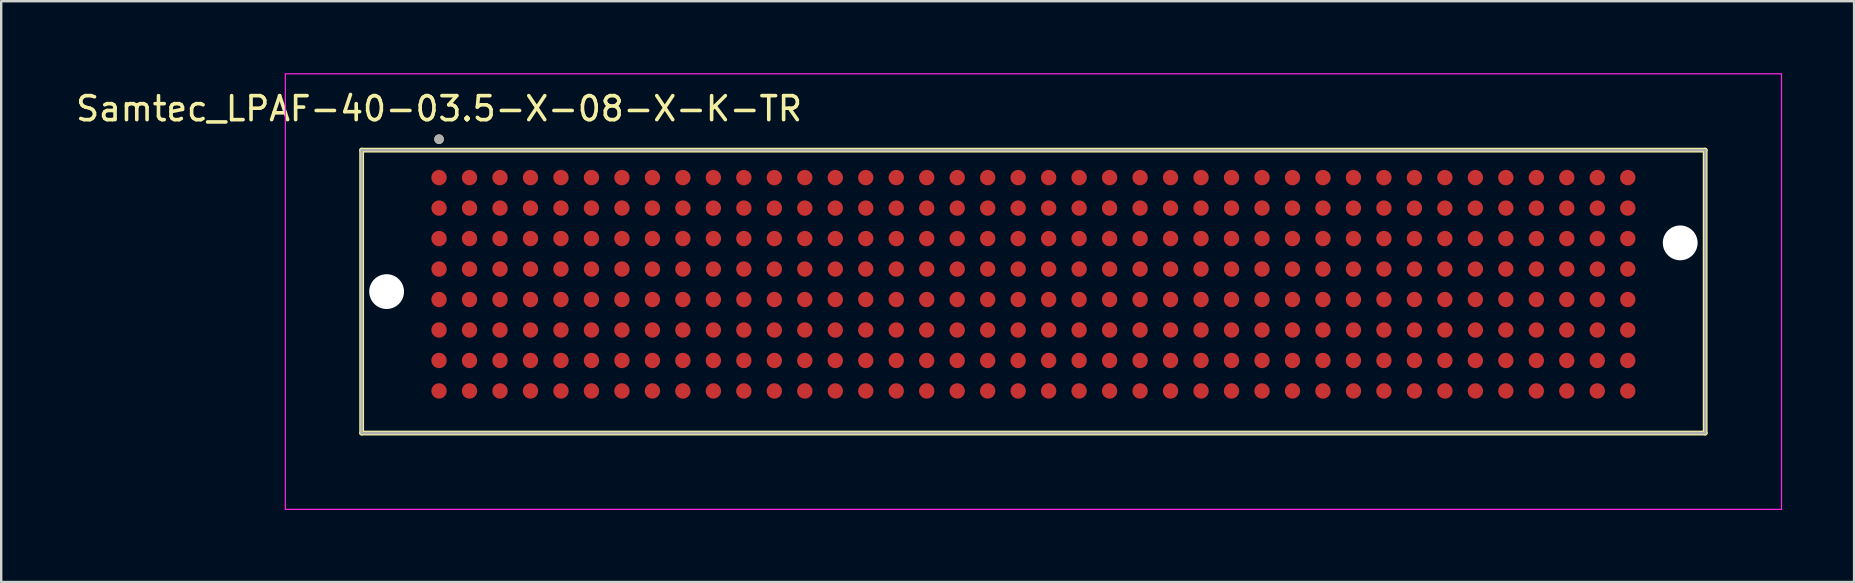
<source format=kicad_pcb>
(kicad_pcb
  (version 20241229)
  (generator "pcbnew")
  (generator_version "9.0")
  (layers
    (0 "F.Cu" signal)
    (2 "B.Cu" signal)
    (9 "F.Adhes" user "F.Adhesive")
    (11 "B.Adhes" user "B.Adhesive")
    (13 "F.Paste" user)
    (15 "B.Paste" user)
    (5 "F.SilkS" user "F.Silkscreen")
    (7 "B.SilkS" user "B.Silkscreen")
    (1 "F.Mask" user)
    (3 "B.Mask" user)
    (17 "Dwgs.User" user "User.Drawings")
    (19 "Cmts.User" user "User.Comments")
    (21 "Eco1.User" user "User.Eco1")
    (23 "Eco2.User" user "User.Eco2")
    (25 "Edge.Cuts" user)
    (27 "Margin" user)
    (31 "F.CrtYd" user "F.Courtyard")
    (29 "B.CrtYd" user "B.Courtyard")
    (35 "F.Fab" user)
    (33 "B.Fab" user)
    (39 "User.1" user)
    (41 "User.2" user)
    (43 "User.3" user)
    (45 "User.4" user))
  (footprint "Samtec_LPAF-40-03.5-X-08-X-K-TR"
    (layer "F.Cu")
    (at 40.009 9.1)
    (property "Reference" "Samtec_LPAF-40-03.5-X-08-X-K-TR" (at -24.765 -7.62 0) (layer "F.SilkS") (effects (font (size 1 1) (thickness 0.15))))
    (attr through_hole)
    (fp_line (start -27.99 -5.895) (end 27.99 -5.895) (stroke (width 0.2) (type solid)) (layer "F.SilkS"))
    (fp_line (start -27.99 5.895) (end -27.99 -5.895) (stroke (width 0.2) (type solid)) (layer "F.SilkS"))
    (fp_line (start 27.99 -5.895) (end 27.99 5.895) (stroke (width 0.2) (type solid)) (layer "F.SilkS"))
    (fp_line (start 27.99 5.895) (end -27.99 5.895) (stroke (width 0.2) (type solid)) (layer "F.SilkS"))
    (fp_circle (center -24.765 -6.35) (end -24.665 -6.35) (stroke (width 0.2) (type solid)) (fill no) (layer "F.SilkS"))
    (fp_poly (pts (xy -25.275 -5.26) (xy -25.275 -4.24) (xy -24.255 -4.24) (xy -24.255 -5.26)) (stroke (width 0.01) (type solid)) (fill yes) (layer "F.Paste"))
    (fp_poly (pts (xy -25.275 -3.99) (xy -25.275 -2.97) (xy -24.255 -2.97) (xy -24.255 -3.99)) (stroke (width 0.01) (type solid)) (fill yes) (layer "F.Paste"))
    (fp_poly (pts (xy -25.275 -2.72) (xy -25.275 -1.7) (xy -24.255 -1.7) (xy -24.255 -2.72)) (stroke (width 0.01) (type solid)) (fill yes) (layer "F.Paste"))
    (fp_poly (pts (xy -25.275 -1.45) (xy -25.275 -0.43) (xy -24.255 -0.43) (xy -24.255 -1.45)) (stroke (width 0.01) (type solid)) (fill yes) (layer "F.Paste"))
    (fp_poly (pts (xy -25.275 -0.18) (xy -25.275 0.84) (xy -24.255 0.84) (xy -24.255 -0.18)) (stroke (width 0.01) (type solid)) (fill yes) (layer "F.Paste"))
    (fp_poly (pts (xy -25.275 1.09) (xy -25.275 2.11) (xy -24.255 2.11) (xy -24.255 1.09)) (stroke (width 0.01) (type solid)) (fill yes) (layer "F.Paste"))
    (fp_poly (pts (xy -25.275 2.36) (xy -25.275 3.38) (xy -24.255 3.38) (xy -24.255 2.36)) (stroke (width 0.01) (type solid)) (fill yes) (layer "F.Paste"))
    (fp_poly (pts (xy -25.275 3.63) (xy -25.275 4.65) (xy -24.255 4.65) (xy -24.255 3.63)) (stroke (width 0.01) (type solid)) (fill yes) (layer "F.Paste"))
    (fp_poly (pts (xy -24.005 -5.26) (xy -24.005 -4.24) (xy -22.985 -4.24) (xy -22.985 -5.26)) (stroke (width 0.01) (type solid)) (fill yes) (layer "F.Paste"))
    (fp_poly (pts (xy -24.005 -3.99) (xy -24.005 -2.97) (xy -22.985 -2.97) (xy -22.985 -3.99)) (stroke (width 0.01) (type solid)) (fill yes) (layer "F.Paste"))
    (fp_poly (pts (xy -24.005 -2.72) (xy -24.005 -1.7) (xy -22.985 -1.7) (xy -22.985 -2.72)) (stroke (width 0.01) (type solid)) (fill yes) (layer "F.Paste"))
    (fp_poly (pts (xy -24.005 -1.45) (xy -24.005 -0.43) (xy -22.985 -0.43) (xy -22.985 -1.45)) (stroke (width 0.01) (type solid)) (fill yes) (layer "F.Paste"))
    (fp_poly (pts (xy -24.005 -0.18) (xy -24.005 0.84) (xy -22.985 0.84) (xy -22.985 -0.18)) (stroke (width 0.01) (type solid)) (fill yes) (layer "F.Paste"))
    (fp_poly (pts (xy -24.005 1.09) (xy -24.005 2.11) (xy -22.985 2.11) (xy -22.985 1.09)) (stroke (width 0.01) (type solid)) (fill yes) (layer "F.Paste"))
    (fp_poly (pts (xy -24.005 2.36) (xy -24.005 3.38) (xy -22.985 3.38) (xy -22.985 2.36)) (stroke (width 0.01) (type solid)) (fill yes) (layer "F.Paste"))
    (fp_poly (pts (xy -24.005 3.63) (xy -24.005 4.65) (xy -22.985 4.65) (xy -22.985 3.63)) (stroke (width 0.01) (type solid)) (fill yes) (layer "F.Paste"))
    (fp_poly (pts (xy -22.735 -5.26) (xy -22.735 -4.24) (xy -21.715 -4.24) (xy -21.715 -5.26)) (stroke (width 0.01) (type solid)) (fill yes) (layer "F.Paste"))
    (fp_poly (pts (xy -22.735 -3.99) (xy -22.735 -2.97) (xy -21.715 -2.97) (xy -21.715 -3.99)) (stroke (width 0.01) (type solid)) (fill yes) (layer "F.Paste"))
    (fp_poly (pts (xy -22.735 -2.72) (xy -22.735 -1.7) (xy -21.715 -1.7) (xy -21.715 -2.72)) (stroke (width 0.01) (type solid)) (fill yes) (layer "F.Paste"))
    (fp_poly (pts (xy -22.735 -1.45) (xy -22.735 -0.43) (xy -21.715 -0.43) (xy -21.715 -1.45)) (stroke (width 0.01) (type solid)) (fill yes) (layer "F.Paste"))
    (fp_poly (pts (xy -22.735 -0.18) (xy -22.735 0.84) (xy -21.715 0.84) (xy -21.715 -0.18)) (stroke (width 0.01) (type solid)) (fill yes) (layer "F.Paste"))
    (fp_poly (pts (xy -22.735 1.09) (xy -22.735 2.11) (xy -21.715 2.11) (xy -21.715 1.09)) (stroke (width 0.01) (type solid)) (fill yes) (layer "F.Paste"))
    (fp_poly (pts (xy -22.735 2.36) (xy -22.735 3.38) (xy -21.715 3.38) (xy -21.715 2.36)) (stroke (width 0.01) (type solid)) (fill yes) (layer "F.Paste"))
    (fp_poly (pts (xy -22.735 3.63) (xy -22.735 4.65) (xy -21.715 4.65) (xy -21.715 3.63)) (stroke (width 0.01) (type solid)) (fill yes) (layer "F.Paste"))
    (fp_poly (pts (xy -21.465 -5.26) (xy -21.465 -4.24) (xy -20.445 -4.24) (xy -20.445 -5.26)) (stroke (width 0.01) (type solid)) (fill yes) (layer "F.Paste"))
    (fp_poly (pts (xy -21.465 -3.99) (xy -21.465 -2.97) (xy -20.445 -2.97) (xy -20.445 -3.99)) (stroke (width 0.01) (type solid)) (fill yes) (layer "F.Paste"))
    (fp_poly (pts (xy -21.465 -2.72) (xy -21.465 -1.7) (xy -20.445 -1.7) (xy -20.445 -2.72)) (stroke (width 0.01) (type solid)) (fill yes) (layer "F.Paste"))
    (fp_poly (pts (xy -21.465 -1.45) (xy -21.465 -0.43) (xy -20.445 -0.43) (xy -20.445 -1.45)) (stroke (width 0.01) (type solid)) (fill yes) (layer "F.Paste"))
    (fp_poly (pts (xy -21.465 -0.18) (xy -21.465 0.84) (xy -20.445 0.84) (xy -20.445 -0.18)) (stroke (width 0.01) (type solid)) (fill yes) (layer "F.Paste"))
    (fp_poly (pts (xy -21.465 1.09) (xy -21.465 2.11) (xy -20.445 2.11) (xy -20.445 1.09)) (stroke (width 0.01) (type solid)) (fill yes) (layer "F.Paste"))
    (fp_poly (pts (xy -21.465 2.36) (xy -21.465 3.38) (xy -20.445 3.38) (xy -20.445 2.36)) (stroke (width 0.01) (type solid)) (fill yes) (layer "F.Paste"))
    (fp_poly (pts (xy -21.465 3.63) (xy -21.465 4.65) (xy -20.445 4.65) (xy -20.445 3.63)) (stroke (width 0.01) (type solid)) (fill yes) (layer "F.Paste"))
    (fp_poly (pts (xy -20.195 -5.26) (xy -20.195 -4.24) (xy -19.175 -4.24) (xy -19.175 -5.26)) (stroke (width 0.01) (type solid)) (fill yes) (layer "F.Paste"))
    (fp_poly (pts (xy -20.195 -3.99) (xy -20.195 -2.97) (xy -19.175 -2.97) (xy -19.175 -3.99)) (stroke (width 0.01) (type solid)) (fill yes) (layer "F.Paste"))
    (fp_poly (pts (xy -20.195 -2.72) (xy -20.195 -1.7) (xy -19.175 -1.7) (xy -19.175 -2.72)) (stroke (width 0.01) (type solid)) (fill yes) (layer "F.Paste"))
    (fp_poly (pts (xy -20.195 -1.45) (xy -20.195 -0.43) (xy -19.175 -0.43) (xy -19.175 -1.45)) (stroke (width 0.01) (type solid)) (fill yes) (layer "F.Paste"))
    (fp_poly (pts (xy -20.195 -0.18) (xy -20.195 0.84) (xy -19.175 0.84) (xy -19.175 -0.18)) (stroke (width 0.01) (type solid)) (fill yes) (layer "F.Paste"))
    (fp_poly (pts (xy -20.195 1.09) (xy -20.195 2.11) (xy -19.175 2.11) (xy -19.175 1.09)) (stroke (width 0.01) (type solid)) (fill yes) (layer "F.Paste"))
    (fp_poly (pts (xy -20.195 2.36) (xy -20.195 3.38) (xy -19.175 3.38) (xy -19.175 2.36)) (stroke (width 0.01) (type solid)) (fill yes) (layer "F.Paste"))
    (fp_poly (pts (xy -20.195 3.63) (xy -20.195 4.65) (xy -19.175 4.65) (xy -19.175 3.63)) (stroke (width 0.01) (type solid)) (fill yes) (layer "F.Paste"))
    (fp_poly (pts (xy -18.925 -5.26) (xy -18.925 -4.24) (xy -17.905 -4.24) (xy -17.905 -5.26)) (stroke (width 0.01) (type solid)) (fill yes) (layer "F.Paste"))
    (fp_poly (pts (xy -18.925 -3.99) (xy -18.925 -2.97) (xy -17.905 -2.97) (xy -17.905 -3.99)) (stroke (width 0.01) (type solid)) (fill yes) (layer "F.Paste"))
    (fp_poly (pts (xy -18.925 -2.72) (xy -18.925 -1.7) (xy -17.905 -1.7) (xy -17.905 -2.72)) (stroke (width 0.01) (type solid)) (fill yes) (layer "F.Paste"))
    (fp_poly (pts (xy -18.925 -1.45) (xy -18.925 -0.43) (xy -17.905 -0.43) (xy -17.905 -1.45)) (stroke (width 0.01) (type solid)) (fill yes) (layer "F.Paste"))
    (fp_poly (pts (xy -18.925 -0.18) (xy -18.925 0.84) (xy -17.905 0.84) (xy -17.905 -0.18)) (stroke (width 0.01) (type solid)) (fill yes) (layer "F.Paste"))
    (fp_poly (pts (xy -18.925 1.09) (xy -18.925 2.11) (xy -17.905 2.11) (xy -17.905 1.09)) (stroke (width 0.01) (type solid)) (fill yes) (layer "F.Paste"))
    (fp_poly (pts (xy -18.925 2.36) (xy -18.925 3.38) (xy -17.905 3.38) (xy -17.905 2.36)) (stroke (width 0.01) (type solid)) (fill yes) (layer "F.Paste"))
    (fp_poly (pts (xy -18.925 3.63) (xy -18.925 4.65) (xy -17.905 4.65) (xy -17.905 3.63)) (stroke (width 0.01) (type solid)) (fill yes) (layer "F.Paste"))
    (fp_poly (pts (xy -17.655 -5.26) (xy -17.655 -4.24) (xy -16.635 -4.24) (xy -16.635 -5.26)) (stroke (width 0.01) (type solid)) (fill yes) (layer "F.Paste"))
    (fp_poly (pts (xy -17.655 -3.99) (xy -17.655 -2.97) (xy -16.635 -2.97) (xy -16.635 -3.99)) (stroke (width 0.01) (type solid)) (fill yes) (layer "F.Paste"))
    (fp_poly (pts (xy -17.655 -2.72) (xy -17.655 -1.7) (xy -16.635 -1.7) (xy -16.635 -2.72)) (stroke (width 0.01) (type solid)) (fill yes) (layer "F.Paste"))
    (fp_poly (pts (xy -17.655 -1.45) (xy -17.655 -0.43) (xy -16.635 -0.43) (xy -16.635 -1.45)) (stroke (width 0.01) (type solid)) (fill yes) (layer "F.Paste"))
    (fp_poly (pts (xy -17.655 -0.18) (xy -17.655 0.84) (xy -16.635 0.84) (xy -16.635 -0.18)) (stroke (width 0.01) (type solid)) (fill yes) (layer "F.Paste"))
    (fp_poly (pts (xy -17.655 1.09) (xy -17.655 2.11) (xy -16.635 2.11) (xy -16.635 1.09)) (stroke (width 0.01) (type solid)) (fill yes) (layer "F.Paste"))
    (fp_poly (pts (xy -17.655 2.36) (xy -17.655 3.38) (xy -16.635 3.38) (xy -16.635 2.36)) (stroke (width 0.01) (type solid)) (fill yes) (layer "F.Paste"))
    (fp_poly (pts (xy -17.655 3.63) (xy -17.655 4.65) (xy -16.635 4.65) (xy -16.635 3.63)) (stroke (width 0.01) (type solid)) (fill yes) (layer "F.Paste"))
    (fp_poly (pts (xy -16.385 -5.26) (xy -16.385 -4.24) (xy -15.365 -4.24) (xy -15.365 -5.26)) (stroke (width 0.01) (type solid)) (fill yes) (layer "F.Paste"))
    (fp_poly (pts (xy -16.385 -3.99) (xy -16.385 -2.97) (xy -15.365 -2.97) (xy -15.365 -3.99)) (stroke (width 0.01) (type solid)) (fill yes) (layer "F.Paste"))
    (fp_poly (pts (xy -16.385 -2.72) (xy -16.385 -1.7) (xy -15.365 -1.7) (xy -15.365 -2.72)) (stroke (width 0.01) (type solid)) (fill yes) (layer "F.Paste"))
    (fp_poly (pts (xy -16.385 -1.45) (xy -16.385 -0.43) (xy -15.365 -0.43) (xy -15.365 -1.45)) (stroke (width 0.01) (type solid)) (fill yes) (layer "F.Paste"))
    (fp_poly (pts (xy -16.385 -0.18) (xy -16.385 0.84) (xy -15.365 0.84) (xy -15.365 -0.18)) (stroke (width 0.01) (type solid)) (fill yes) (layer "F.Paste"))
    (fp_poly (pts (xy -16.385 1.09) (xy -16.385 2.11) (xy -15.365 2.11) (xy -15.365 1.09)) (stroke (width 0.01) (type solid)) (fill yes) (layer "F.Paste"))
    (fp_poly (pts (xy -16.385 2.36) (xy -16.385 3.38) (xy -15.365 3.38) (xy -15.365 2.36)) (stroke (width 0.01) (type solid)) (fill yes) (layer "F.Paste"))
    (fp_poly (pts (xy -16.385 3.63) (xy -16.385 4.65) (xy -15.365 4.65) (xy -15.365 3.63)) (stroke (width 0.01) (type solid)) (fill yes) (layer "F.Paste"))
    (fp_poly (pts (xy -15.115 -5.26) (xy -15.115 -4.24) (xy -14.095 -4.24) (xy -14.095 -5.26)) (stroke (width 0.01) (type solid)) (fill yes) (layer "F.Paste"))
    (fp_poly (pts (xy -15.115 -3.99) (xy -15.115 -2.97) (xy -14.095 -2.97) (xy -14.095 -3.99)) (stroke (width 0.01) (type solid)) (fill yes) (layer "F.Paste"))
    (fp_poly (pts (xy -15.115 -2.72) (xy -15.115 -1.7) (xy -14.095 -1.7) (xy -14.095 -2.72)) (stroke (width 0.01) (type solid)) (fill yes) (layer "F.Paste"))
    (fp_poly (pts (xy -15.115 -1.45) (xy -15.115 -0.43) (xy -14.095 -0.43) (xy -14.095 -1.45)) (stroke (width 0.01) (type solid)) (fill yes) (layer "F.Paste"))
    (fp_poly (pts (xy -15.115 -0.18) (xy -15.115 0.84) (xy -14.095 0.84) (xy -14.095 -0.18)) (stroke (width 0.01) (type solid)) (fill yes) (layer "F.Paste"))
    (fp_poly (pts (xy -15.115 1.09) (xy -15.115 2.11) (xy -14.095 2.11) (xy -14.095 1.09)) (stroke (width 0.01) (type solid)) (fill yes) (layer "F.Paste"))
    (fp_poly (pts (xy -15.115 2.36) (xy -15.115 3.38) (xy -14.095 3.38) (xy -14.095 2.36)) (stroke (width 0.01) (type solid)) (fill yes) (layer "F.Paste"))
    (fp_poly (pts (xy -15.115 3.63) (xy -15.115 4.65) (xy -14.095 4.65) (xy -14.095 3.63)) (stroke (width 0.01) (type solid)) (fill yes) (layer "F.Paste"))
    (fp_poly (pts (xy -13.845 -5.26) (xy -13.845 -4.24) (xy -12.825 -4.24) (xy -12.825 -5.26)) (stroke (width 0.01) (type solid)) (fill yes) (layer "F.Paste"))
    (fp_poly (pts (xy -13.845 -3.99) (xy -13.845 -2.97) (xy -12.825 -2.97) (xy -12.825 -3.99)) (stroke (width 0.01) (type solid)) (fill yes) (layer "F.Paste"))
    (fp_poly (pts (xy -13.845 -2.72) (xy -13.845 -1.7) (xy -12.825 -1.7) (xy -12.825 -2.72)) (stroke (width 0.01) (type solid)) (fill yes) (layer "F.Paste"))
    (fp_poly (pts (xy -13.845 -1.45) (xy -13.845 -0.43) (xy -12.825 -0.43) (xy -12.825 -1.45)) (stroke (width 0.01) (type solid)) (fill yes) (layer "F.Paste"))
    (fp_poly (pts (xy -13.845 -0.18) (xy -13.845 0.84) (xy -12.825 0.84) (xy -12.825 -0.18)) (stroke (width 0.01) (type solid)) (fill yes) (layer "F.Paste"))
    (fp_poly (pts (xy -13.845 1.09) (xy -13.845 2.11) (xy -12.825 2.11) (xy -12.825 1.09)) (stroke (width 0.01) (type solid)) (fill yes) (layer "F.Paste"))
    (fp_poly (pts (xy -13.845 2.36) (xy -13.845 3.38) (xy -12.825 3.38) (xy -12.825 2.36)) (stroke (width 0.01) (type solid)) (fill yes) (layer "F.Paste"))
    (fp_poly (pts (xy -13.845 3.63) (xy -13.845 4.65) (xy -12.825 4.65) (xy -12.825 3.63)) (stroke (width 0.01) (type solid)) (fill yes) (layer "F.Paste"))
    (fp_poly (pts (xy -12.575 -5.26) (xy -12.575 -4.24) (xy -11.555 -4.24) (xy -11.555 -5.26)) (stroke (width 0.01) (type solid)) (fill yes) (layer "F.Paste"))
    (fp_poly (pts (xy -12.575 -5.26) (xy -12.575 -4.24) (xy -11.555 -4.24) (xy -11.555 -5.26)) (stroke (width 0.01) (type solid)) (fill yes) (layer "F.Paste"))
    (fp_poly (pts (xy -12.575 -3.99) (xy -12.575 -2.97) (xy -11.555 -2.97) (xy -11.555 -3.99)) (stroke (width 0.01) (type solid)) (fill yes) (layer "F.Paste"))
    (fp_poly (pts (xy -12.575 -3.99) (xy -12.575 -2.97) (xy -11.555 -2.97) (xy -11.555 -3.99)) (stroke (width 0.01) (type solid)) (fill yes) (layer "F.Paste"))
    (fp_poly (pts (xy -12.575 -2.72) (xy -12.575 -1.7) (xy -11.555 -1.7) (xy -11.555 -2.72)) (stroke (width 0.01) (type solid)) (fill yes) (layer "F.Paste"))
    (fp_poly (pts (xy -12.575 -2.72) (xy -12.575 -1.7) (xy -11.555 -1.7) (xy -11.555 -2.72)) (stroke (width 0.01) (type solid)) (fill yes) (layer "F.Paste"))
    (fp_poly (pts (xy -12.575 -1.45) (xy -12.575 -0.43) (xy -11.555 -0.43) (xy -11.555 -1.45)) (stroke (width 0.01) (type solid)) (fill yes) (layer "F.Paste"))
    (fp_poly (pts (xy -12.575 -1.45) (xy -12.575 -0.43) (xy -11.555 -0.43) (xy -11.555 -1.45)) (stroke (width 0.01) (type solid)) (fill yes) (layer "F.Paste"))
    (fp_poly (pts (xy -12.575 -0.18) (xy -12.575 0.84) (xy -11.555 0.84) (xy -11.555 -0.18)) (stroke (width 0.01) (type solid)) (fill yes) (layer "F.Paste"))
    (fp_poly (pts (xy -12.575 -0.18) (xy -12.575 0.84) (xy -11.555 0.84) (xy -11.555 -0.18)) (stroke (width 0.01) (type solid)) (fill yes) (layer "F.Paste"))
    (fp_poly (pts (xy -12.575 1.09) (xy -12.575 2.11) (xy -11.555 2.11) (xy -11.555 1.09)) (stroke (width 0.01) (type solid)) (fill yes) (layer "F.Paste"))
    (fp_poly (pts (xy -12.575 1.09) (xy -12.575 2.11) (xy -11.555 2.11) (xy -11.555 1.09)) (stroke (width 0.01) (type solid)) (fill yes) (layer "F.Paste"))
    (fp_poly (pts (xy -12.575 2.36) (xy -12.575 3.38) (xy -11.555 3.38) (xy -11.555 2.36)) (stroke (width 0.01) (type solid)) (fill yes) (layer "F.Paste"))
    (fp_poly (pts (xy -12.575 2.36) (xy -12.575 3.38) (xy -11.555 3.38) (xy -11.555 2.36)) (stroke (width 0.01) (type solid)) (fill yes) (layer "F.Paste"))
    (fp_poly (pts (xy -12.575 3.63) (xy -12.575 4.65) (xy -11.555 4.65) (xy -11.555 3.63)) (stroke (width 0.01) (type solid)) (fill yes) (layer "F.Paste"))
    (fp_poly (pts (xy -12.575 3.63) (xy -12.575 4.65) (xy -11.555 4.65) (xy -11.555 3.63)) (stroke (width 0.01) (type solid)) (fill yes) (layer "F.Paste"))
    (fp_poly (pts (xy -11.305 -5.26) (xy -11.305 -4.24) (xy -10.285 -4.24) (xy -10.285 -5.26)) (stroke (width 0.01) (type solid)) (fill yes) (layer "F.Paste"))
    (fp_poly (pts (xy -11.305 -5.26) (xy -11.305 -4.24) (xy -10.285 -4.24) (xy -10.285 -5.26)) (stroke (width 0.01) (type solid)) (fill yes) (layer "F.Paste"))
    (fp_poly (pts (xy -11.305 -3.99) (xy -11.305 -2.97) (xy -10.285 -2.97) (xy -10.285 -3.99)) (stroke (width 0.01) (type solid)) (fill yes) (layer "F.Paste"))
    (fp_poly (pts (xy -11.305 -3.99) (xy -11.305 -2.97) (xy -10.285 -2.97) (xy -10.285 -3.99)) (stroke (width 0.01) (type solid)) (fill yes) (layer "F.Paste"))
    (fp_poly (pts (xy -11.305 -2.72) (xy -11.305 -1.7) (xy -10.285 -1.7) (xy -10.285 -2.72)) (stroke (width 0.01) (type solid)) (fill yes) (layer "F.Paste"))
    (fp_poly (pts (xy -11.305 -2.72) (xy -11.305 -1.7) (xy -10.285 -1.7) (xy -10.285 -2.72)) (stroke (width 0.01) (type solid)) (fill yes) (layer "F.Paste"))
    (fp_poly (pts (xy -11.305 -1.45) (xy -11.305 -0.43) (xy -10.285 -0.43) (xy -10.285 -1.45)) (stroke (width 0.01) (type solid)) (fill yes) (layer "F.Paste"))
    (fp_poly (pts (xy -11.305 -1.45) (xy -11.305 -0.43) (xy -10.285 -0.43) (xy -10.285 -1.45)) (stroke (width 0.01) (type solid)) (fill yes) (layer "F.Paste"))
    (fp_poly (pts (xy -11.305 -0.18) (xy -11.305 0.84) (xy -10.285 0.84) (xy -10.285 -0.18)) (stroke (width 0.01) (type solid)) (fill yes) (layer "F.Paste"))
    (fp_poly (pts (xy -11.305 -0.18) (xy -11.305 0.84) (xy -10.285 0.84) (xy -10.285 -0.18)) (stroke (width 0.01) (type solid)) (fill yes) (layer "F.Paste"))
    (fp_poly (pts (xy -11.305 1.09) (xy -11.305 2.11) (xy -10.285 2.11) (xy -10.285 1.09)) (stroke (width 0.01) (type solid)) (fill yes) (layer "F.Paste"))
    (fp_poly (pts (xy -11.305 1.09) (xy -11.305 2.11) (xy -10.285 2.11) (xy -10.285 1.09)) (stroke (width 0.01) (type solid)) (fill yes) (layer "F.Paste"))
    (fp_poly (pts (xy -11.305 2.36) (xy -11.305 3.38) (xy -10.285 3.38) (xy -10.285 2.36)) (stroke (width 0.01) (type solid)) (fill yes) (layer "F.Paste"))
    (fp_poly (pts (xy -11.305 2.36) (xy -11.305 3.38) (xy -10.285 3.38) (xy -10.285 2.36)) (stroke (width 0.01) (type solid)) (fill yes) (layer "F.Paste"))
    (fp_poly (pts (xy -11.305 3.63) (xy -11.305 4.65) (xy -10.285 4.65) (xy -10.285 3.63)) (stroke (width 0.01) (type solid)) (fill yes) (layer "F.Paste"))
    (fp_poly (pts (xy -11.305 3.63) (xy -11.305 4.65) (xy -10.285 4.65) (xy -10.285 3.63)) (stroke (width 0.01) (type solid)) (fill yes) (layer "F.Paste"))
    (fp_poly (pts (xy -10.035 -5.26) (xy -10.035 -4.24) (xy -9.015 -4.24) (xy -9.015 -5.26)) (stroke (width 0.01) (type solid)) (fill yes) (layer "F.Paste"))
    (fp_poly (pts (xy -10.035 -5.26) (xy -10.035 -4.24) (xy -9.015 -4.24) (xy -9.015 -5.26)) (stroke (width 0.01) (type solid)) (fill yes) (layer "F.Paste"))
    (fp_poly (pts (xy -10.035 -3.99) (xy -10.035 -2.97) (xy -9.015 -2.97) (xy -9.015 -3.99)) (stroke (width 0.01) (type solid)) (fill yes) (layer "F.Paste"))
    (fp_poly (pts (xy -10.035 -3.99) (xy -10.035 -2.97) (xy -9.015 -2.97) (xy -9.015 -3.99)) (stroke (width 0.01) (type solid)) (fill yes) (layer "F.Paste"))
    (fp_poly (pts (xy -10.035 -2.72) (xy -10.035 -1.7) (xy -9.015 -1.7) (xy -9.015 -2.72)) (stroke (width 0.01) (type solid)) (fill yes) (layer "F.Paste"))
    (fp_poly (pts (xy -10.035 -2.72) (xy -10.035 -1.7) (xy -9.015 -1.7) (xy -9.015 -2.72)) (stroke (width 0.01) (type solid)) (fill yes) (layer "F.Paste"))
    (fp_poly (pts (xy -10.035 -1.45) (xy -10.035 -0.43) (xy -9.015 -0.43) (xy -9.015 -1.45)) (stroke (width 0.01) (type solid)) (fill yes) (layer "F.Paste"))
    (fp_poly (pts (xy -10.035 -1.45) (xy -10.035 -0.43) (xy -9.015 -0.43) (xy -9.015 -1.45)) (stroke (width 0.01) (type solid)) (fill yes) (layer "F.Paste"))
    (fp_poly (pts (xy -10.035 -0.18) (xy -10.035 0.84) (xy -9.015 0.84) (xy -9.015 -0.18)) (stroke (width 0.01) (type solid)) (fill yes) (layer "F.Paste"))
    (fp_poly (pts (xy -10.035 -0.18) (xy -10.035 0.84) (xy -9.015 0.84) (xy -9.015 -0.18)) (stroke (width 0.01) (type solid)) (fill yes) (layer "F.Paste"))
    (fp_poly (pts (xy -10.035 1.09) (xy -10.035 2.11) (xy -9.015 2.11) (xy -9.015 1.09)) (stroke (width 0.01) (type solid)) (fill yes) (layer "F.Paste"))
    (fp_poly (pts (xy -10.035 1.09) (xy -10.035 2.11) (xy -9.015 2.11) (xy -9.015 1.09)) (stroke (width 0.01) (type solid)) (fill yes) (layer "F.Paste"))
    (fp_poly (pts (xy -10.035 2.36) (xy -10.035 3.38) (xy -9.015 3.38) (xy -9.015 2.36)) (stroke (width 0.01) (type solid)) (fill yes) (layer "F.Paste"))
    (fp_poly (pts (xy -10.035 2.36) (xy -10.035 3.38) (xy -9.015 3.38) (xy -9.015 2.36)) (stroke (width 0.01) (type solid)) (fill yes) (layer "F.Paste"))
    (fp_poly (pts (xy -10.035 3.63) (xy -10.035 4.65) (xy -9.015 4.65) (xy -9.015 3.63)) (stroke (width 0.01) (type solid)) (fill yes) (layer "F.Paste"))
    (fp_poly (pts (xy -10.035 3.63) (xy -10.035 4.65) (xy -9.015 4.65) (xy -9.015 3.63)) (stroke (width 0.01) (type solid)) (fill yes) (layer "F.Paste"))
    (fp_poly (pts (xy -8.765 -5.26) (xy -8.765 -4.24) (xy -7.745 -4.24) (xy -7.745 -5.26)) (stroke (width 0.01) (type solid)) (fill yes) (layer "F.Paste"))
    (fp_poly (pts (xy -8.765 -5.26) (xy -8.765 -4.24) (xy -7.745 -4.24) (xy -7.745 -5.26)) (stroke (width 0.01) (type solid)) (fill yes) (layer "F.Paste"))
    (fp_poly (pts (xy -8.765 -3.99) (xy -8.765 -2.97) (xy -7.745 -2.97) (xy -7.745 -3.99)) (stroke (width 0.01) (type solid)) (fill yes) (layer "F.Paste"))
    (fp_poly (pts (xy -8.765 -3.99) (xy -8.765 -2.97) (xy -7.745 -2.97) (xy -7.745 -3.99)) (stroke (width 0.01) (type solid)) (fill yes) (layer "F.Paste"))
    (fp_poly (pts (xy -8.765 -2.72) (xy -8.765 -1.7) (xy -7.745 -1.7) (xy -7.745 -2.72)) (stroke (width 0.01) (type solid)) (fill yes) (layer "F.Paste"))
    (fp_poly (pts (xy -8.765 -2.72) (xy -8.765 -1.7) (xy -7.745 -1.7) (xy -7.745 -2.72)) (stroke (width 0.01) (type solid)) (fill yes) (layer "F.Paste"))
    (fp_poly (pts (xy -8.765 -1.45) (xy -8.765 -0.43) (xy -7.745 -0.43) (xy -7.745 -1.45)) (stroke (width 0.01) (type solid)) (fill yes) (layer "F.Paste"))
    (fp_poly (pts (xy -8.765 -1.45) (xy -8.765 -0.43) (xy -7.745 -0.43) (xy -7.745 -1.45)) (stroke (width 0.01) (type solid)) (fill yes) (layer "F.Paste"))
    (fp_poly (pts (xy -8.765 -0.18) (xy -8.765 0.84) (xy -7.745 0.84) (xy -7.745 -0.18)) (stroke (width 0.01) (type solid)) (fill yes) (layer "F.Paste"))
    (fp_poly (pts (xy -8.765 -0.18) (xy -8.765 0.84) (xy -7.745 0.84) (xy -7.745 -0.18)) (stroke (width 0.01) (type solid)) (fill yes) (layer "F.Paste"))
    (fp_poly (pts (xy -8.765 1.09) (xy -8.765 2.11) (xy -7.745 2.11) (xy -7.745 1.09)) (stroke (width 0.01) (type solid)) (fill yes) (layer "F.Paste"))
    (fp_poly (pts (xy -8.765 1.09) (xy -8.765 2.11) (xy -7.745 2.11) (xy -7.745 1.09)) (stroke (width 0.01) (type solid)) (fill yes) (layer "F.Paste"))
    (fp_poly (pts (xy -8.765 2.36) (xy -8.765 3.38) (xy -7.745 3.38) (xy -7.745 2.36)) (stroke (width 0.01) (type solid)) (fill yes) (layer "F.Paste"))
    (fp_poly (pts (xy -8.765 2.36) (xy -8.765 3.38) (xy -7.745 3.38) (xy -7.745 2.36)) (stroke (width 0.01) (type solid)) (fill yes) (layer "F.Paste"))
    (fp_poly (pts (xy -8.765 3.63) (xy -8.765 4.65) (xy -7.745 4.65) (xy -7.745 3.63)) (stroke (width 0.01) (type solid)) (fill yes) (layer "F.Paste"))
    (fp_poly (pts (xy -8.765 3.63) (xy -8.765 4.65) (xy -7.745 4.65) (xy -7.745 3.63)) (stroke (width 0.01) (type solid)) (fill yes) (layer "F.Paste"))
    (fp_poly (pts (xy -7.495 -5.26) (xy -7.495 -4.24) (xy -6.475 -4.24) (xy -6.475 -5.26)) (stroke (width 0.01) (type solid)) (fill yes) (layer "F.Paste"))
    (fp_poly (pts (xy -7.495 -5.26) (xy -7.495 -4.24) (xy -6.475 -4.24) (xy -6.475 -5.26)) (stroke (width 0.01) (type solid)) (fill yes) (layer "F.Paste"))
    (fp_poly (pts (xy -7.495 -3.99) (xy -7.495 -2.97) (xy -6.475 -2.97) (xy -6.475 -3.99)) (stroke (width 0.01) (type solid)) (fill yes) (layer "F.Paste"))
    (fp_poly (pts (xy -7.495 -3.99) (xy -7.495 -2.97) (xy -6.475 -2.97) (xy -6.475 -3.99)) (stroke (width 0.01) (type solid)) (fill yes) (layer "F.Paste"))
    (fp_poly (pts (xy -7.495 -2.72) (xy -7.495 -1.7) (xy -6.475 -1.7) (xy -6.475 -2.72)) (stroke (width 0.01) (type solid)) (fill yes) (layer "F.Paste"))
    (fp_poly (pts (xy -7.495 -2.72) (xy -7.495 -1.7) (xy -6.475 -1.7) (xy -6.475 -2.72)) (stroke (width 0.01) (type solid)) (fill yes) (layer "F.Paste"))
    (fp_poly (pts (xy -7.495 -1.45) (xy -7.495 -0.43) (xy -6.475 -0.43) (xy -6.475 -1.45)) (stroke (width 0.01) (type solid)) (fill yes) (layer "F.Paste"))
    (fp_poly (pts (xy -7.495 -1.45) (xy -7.495 -0.43) (xy -6.475 -0.43) (xy -6.475 -1.45)) (stroke (width 0.01) (type solid)) (fill yes) (layer "F.Paste"))
    (fp_poly (pts (xy -7.495 -0.18) (xy -7.495 0.84) (xy -6.475 0.84) (xy -6.475 -0.18)) (stroke (width 0.01) (type solid)) (fill yes) (layer "F.Paste"))
    (fp_poly (pts (xy -7.495 -0.18) (xy -7.495 0.84) (xy -6.475 0.84) (xy -6.475 -0.18)) (stroke (width 0.01) (type solid)) (fill yes) (layer "F.Paste"))
    (fp_poly (pts (xy -7.495 1.09) (xy -7.495 2.11) (xy -6.475 2.11) (xy -6.475 1.09)) (stroke (width 0.01) (type solid)) (fill yes) (layer "F.Paste"))
    (fp_poly (pts (xy -7.495 1.09) (xy -7.495 2.11) (xy -6.475 2.11) (xy -6.475 1.09)) (stroke (width 0.01) (type solid)) (fill yes) (layer "F.Paste"))
    (fp_poly (pts (xy -7.495 2.36) (xy -7.495 3.38) (xy -6.475 3.38) (xy -6.475 2.36)) (stroke (width 0.01) (type solid)) (fill yes) (layer "F.Paste"))
    (fp_poly (pts (xy -7.495 2.36) (xy -7.495 3.38) (xy -6.475 3.38) (xy -6.475 2.36)) (stroke (width 0.01) (type solid)) (fill yes) (layer "F.Paste"))
    (fp_poly (pts (xy -7.495 3.63) (xy -7.495 4.65) (xy -6.475 4.65) (xy -6.475 3.63)) (stroke (width 0.01) (type solid)) (fill yes) (layer "F.Paste"))
    (fp_poly (pts (xy -7.495 3.63) (xy -7.495 4.65) (xy -6.475 4.65) (xy -6.475 3.63)) (stroke (width 0.01) (type solid)) (fill yes) (layer "F.Paste"))
    (fp_poly (pts (xy -6.225 -5.26) (xy -6.225 -4.24) (xy -5.205 -4.24) (xy -5.205 -5.26)) (stroke (width 0.01) (type solid)) (fill yes) (layer "F.Paste"))
    (fp_poly (pts (xy -6.225 -5.26) (xy -6.225 -4.24) (xy -5.205 -4.24) (xy -5.205 -5.26)) (stroke (width 0.01) (type solid)) (fill yes) (layer "F.Paste"))
    (fp_poly (pts (xy -6.225 -3.99) (xy -6.225 -2.97) (xy -5.205 -2.97) (xy -5.205 -3.99)) (stroke (width 0.01) (type solid)) (fill yes) (layer "F.Paste"))
    (fp_poly (pts (xy -6.225 -3.99) (xy -6.225 -2.97) (xy -5.205 -2.97) (xy -5.205 -3.99)) (stroke (width 0.01) (type solid)) (fill yes) (layer "F.Paste"))
    (fp_poly (pts (xy -6.225 -2.72) (xy -6.225 -1.7) (xy -5.205 -1.7) (xy -5.205 -2.72)) (stroke (width 0.01) (type solid)) (fill yes) (layer "F.Paste"))
    (fp_poly (pts (xy -6.225 -2.72) (xy -6.225 -1.7) (xy -5.205 -1.7) (xy -5.205 -2.72)) (stroke (width 0.01) (type solid)) (fill yes) (layer "F.Paste"))
    (fp_poly (pts (xy -6.225 -1.45) (xy -6.225 -0.43) (xy -5.205 -0.43) (xy -5.205 -1.45)) (stroke (width 0.01) (type solid)) (fill yes) (layer "F.Paste"))
    (fp_poly (pts (xy -6.225 -1.45) (xy -6.225 -0.43) (xy -5.205 -0.43) (xy -5.205 -1.45)) (stroke (width 0.01) (type solid)) (fill yes) (layer "F.Paste"))
    (fp_poly (pts (xy -6.225 -0.18) (xy -6.225 0.84) (xy -5.205 0.84) (xy -5.205 -0.18)) (stroke (width 0.01) (type solid)) (fill yes) (layer "F.Paste"))
    (fp_poly (pts (xy -6.225 -0.18) (xy -6.225 0.84) (xy -5.205 0.84) (xy -5.205 -0.18)) (stroke (width 0.01) (type solid)) (fill yes) (layer "F.Paste"))
    (fp_poly (pts (xy -6.225 1.09) (xy -6.225 2.11) (xy -5.205 2.11) (xy -5.205 1.09)) (stroke (width 0.01) (type solid)) (fill yes) (layer "F.Paste"))
    (fp_poly (pts (xy -6.225 1.09) (xy -6.225 2.11) (xy -5.205 2.11) (xy -5.205 1.09)) (stroke (width 0.01) (type solid)) (fill yes) (layer "F.Paste"))
    (fp_poly (pts (xy -6.225 2.36) (xy -6.225 3.38) (xy -5.205 3.38) (xy -5.205 2.36)) (stroke (width 0.01) (type solid)) (fill yes) (layer "F.Paste"))
    (fp_poly (pts (xy -6.225 2.36) (xy -6.225 3.38) (xy -5.205 3.38) (xy -5.205 2.36)) (stroke (width 0.01) (type solid)) (fill yes) (layer "F.Paste"))
    (fp_poly (pts (xy -6.225 3.63) (xy -6.225 4.65) (xy -5.205 4.65) (xy -5.205 3.63)) (stroke (width 0.01) (type solid)) (fill yes) (layer "F.Paste"))
    (fp_poly (pts (xy -6.225 3.63) (xy -6.225 4.65) (xy -5.205 4.65) (xy -5.205 3.63)) (stroke (width 0.01) (type solid)) (fill yes) (layer "F.Paste"))
    (fp_poly (pts (xy -4.955 -5.26) (xy -4.955 -4.24) (xy -3.935 -4.24) (xy -3.935 -5.26)) (stroke (width 0.01) (type solid)) (fill yes) (layer "F.Paste"))
    (fp_poly (pts (xy -4.955 -5.26) (xy -4.955 -4.24) (xy -3.935 -4.24) (xy -3.935 -5.26)) (stroke (width 0.01) (type solid)) (fill yes) (layer "F.Paste"))
    (fp_poly (pts (xy -4.955 -3.99) (xy -4.955 -2.97) (xy -3.935 -2.97) (xy -3.935 -3.99)) (stroke (width 0.01) (type solid)) (fill yes) (layer "F.Paste"))
    (fp_poly (pts (xy -4.955 -3.99) (xy -4.955 -2.97) (xy -3.935 -2.97) (xy -3.935 -3.99)) (stroke (width 0.01) (type solid)) (fill yes) (layer "F.Paste"))
    (fp_poly (pts (xy -4.955 -2.72) (xy -4.955 -1.7) (xy -3.935 -1.7) (xy -3.935 -2.72)) (stroke (width 0.01) (type solid)) (fill yes) (layer "F.Paste"))
    (fp_poly (pts (xy -4.955 -2.72) (xy -4.955 -1.7) (xy -3.935 -1.7) (xy -3.935 -2.72)) (stroke (width 0.01) (type solid)) (fill yes) (layer "F.Paste"))
    (fp_poly (pts (xy -4.955 -1.45) (xy -4.955 -0.43) (xy -3.935 -0.43) (xy -3.935 -1.45)) (stroke (width 0.01) (type solid)) (fill yes) (layer "F.Paste"))
    (fp_poly (pts (xy -4.955 -1.45) (xy -4.955 -0.43) (xy -3.935 -0.43) (xy -3.935 -1.45)) (stroke (width 0.01) (type solid)) (fill yes) (layer "F.Paste"))
    (fp_poly (pts (xy -4.955 -0.18) (xy -4.955 0.84) (xy -3.935 0.84) (xy -3.935 -0.18)) (stroke (width 0.01) (type solid)) (fill yes) (layer "F.Paste"))
    (fp_poly (pts (xy -4.955 -0.18) (xy -4.955 0.84) (xy -3.935 0.84) (xy -3.935 -0.18)) (stroke (width 0.01) (type solid)) (fill yes) (layer "F.Paste"))
    (fp_poly (pts (xy -4.955 1.09) (xy -4.955 2.11) (xy -3.935 2.11) (xy -3.935 1.09)) (stroke (width 0.01) (type solid)) (fill yes) (layer "F.Paste"))
    (fp_poly (pts (xy -4.955 1.09) (xy -4.955 2.11) (xy -3.935 2.11) (xy -3.935 1.09)) (stroke (width 0.01) (type solid)) (fill yes) (layer "F.Paste"))
    (fp_poly (pts (xy -4.955 2.36) (xy -4.955 3.38) (xy -3.935 3.38) (xy -3.935 2.36)) (stroke (width 0.01) (type solid)) (fill yes) (layer "F.Paste"))
    (fp_poly (pts (xy -4.955 2.36) (xy -4.955 3.38) (xy -3.935 3.38) (xy -3.935 2.36)) (stroke (width 0.01) (type solid)) (fill yes) (layer "F.Paste"))
    (fp_poly (pts (xy -4.955 3.63) (xy -4.955 4.65) (xy -3.935 4.65) (xy -3.935 3.63)) (stroke (width 0.01) (type solid)) (fill yes) (layer "F.Paste"))
    (fp_poly (pts (xy -4.955 3.63) (xy -4.955 4.65) (xy -3.935 4.65) (xy -3.935 3.63)) (stroke (width 0.01) (type solid)) (fill yes) (layer "F.Paste"))
    (fp_poly (pts (xy -3.685 -5.26) (xy -3.685 -4.24) (xy -2.665 -4.24) (xy -2.665 -5.26)) (stroke (width 0.01) (type solid)) (fill yes) (layer "F.Paste"))
    (fp_poly (pts (xy -3.685 -5.26) (xy -3.685 -4.24) (xy -2.665 -4.24) (xy -2.665 -5.26)) (stroke (width 0.01) (type solid)) (fill yes) (layer "F.Paste"))
    (fp_poly (pts (xy -3.685 -3.99) (xy -3.685 -2.97) (xy -2.665 -2.97) (xy -2.665 -3.99)) (stroke (width 0.01) (type solid)) (fill yes) (layer "F.Paste"))
    (fp_poly (pts (xy -3.685 -3.99) (xy -3.685 -2.97) (xy -2.665 -2.97) (xy -2.665 -3.99)) (stroke (width 0.01) (type solid)) (fill yes) (layer "F.Paste"))
    (fp_poly (pts (xy -3.685 -2.72) (xy -3.685 -1.7) (xy -2.665 -1.7) (xy -2.665 -2.72)) (stroke (width 0.01) (type solid)) (fill yes) (layer "F.Paste"))
    (fp_poly (pts (xy -3.685 -2.72) (xy -3.685 -1.7) (xy -2.665 -1.7) (xy -2.665 -2.72)) (stroke (width 0.01) (type solid)) (fill yes) (layer "F.Paste"))
    (fp_poly (pts (xy -3.685 -1.45) (xy -3.685 -0.43) (xy -2.665 -0.43) (xy -2.665 -1.45)) (stroke (width 0.01) (type solid)) (fill yes) (layer "F.Paste"))
    (fp_poly (pts (xy -3.685 -1.45) (xy -3.685 -0.43) (xy -2.665 -0.43) (xy -2.665 -1.45)) (stroke (width 0.01) (type solid)) (fill yes) (layer "F.Paste"))
    (fp_poly (pts (xy -3.685 -0.18) (xy -3.685 0.84) (xy -2.665 0.84) (xy -2.665 -0.18)) (stroke (width 0.01) (type solid)) (fill yes) (layer "F.Paste"))
    (fp_poly (pts (xy -3.685 -0.18) (xy -3.685 0.84) (xy -2.665 0.84) (xy -2.665 -0.18)) (stroke (width 0.01) (type solid)) (fill yes) (layer "F.Paste"))
    (fp_poly (pts (xy -3.685 1.09) (xy -3.685 2.11) (xy -2.665 2.11) (xy -2.665 1.09)) (stroke (width 0.01) (type solid)) (fill yes) (layer "F.Paste"))
    (fp_poly (pts (xy -3.685 1.09) (xy -3.685 2.11) (xy -2.665 2.11) (xy -2.665 1.09)) (stroke (width 0.01) (type solid)) (fill yes) (layer "F.Paste"))
    (fp_poly (pts (xy -3.685 2.36) (xy -3.685 3.38) (xy -2.665 3.38) (xy -2.665 2.36)) (stroke (width 0.01) (type solid)) (fill yes) (layer "F.Paste"))
    (fp_poly (pts (xy -3.685 2.36) (xy -3.685 3.38) (xy -2.665 3.38) (xy -2.665 2.36)) (stroke (width 0.01) (type solid)) (fill yes) (layer "F.Paste"))
    (fp_poly (pts (xy -3.685 3.63) (xy -3.685 4.65) (xy -2.665 4.65) (xy -2.665 3.63)) (stroke (width 0.01) (type solid)) (fill yes) (layer "F.Paste"))
    (fp_poly (pts (xy -3.685 3.63) (xy -3.685 4.65) (xy -2.665 4.65) (xy -2.665 3.63)) (stroke (width 0.01) (type solid)) (fill yes) (layer "F.Paste"))
    (fp_poly (pts (xy -2.415 -5.26) (xy -2.415 -4.24) (xy -1.395 -4.24) (xy -1.395 -5.26)) (stroke (width 0.01) (type solid)) (fill yes) (layer "F.Paste"))
    (fp_poly (pts (xy -2.415 -5.26) (xy -2.415 -4.24) (xy -1.395 -4.24) (xy -1.395 -5.26)) (stroke (width 0.01) (type solid)) (fill yes) (layer "F.Paste"))
    (fp_poly (pts (xy -2.415 -3.99) (xy -2.415 -2.97) (xy -1.395 -2.97) (xy -1.395 -3.99)) (stroke (width 0.01) (type solid)) (fill yes) (layer "F.Paste"))
    (fp_poly (pts (xy -2.415 -3.99) (xy -2.415 -2.97) (xy -1.395 -2.97) (xy -1.395 -3.99)) (stroke (width 0.01) (type solid)) (fill yes) (layer "F.Paste"))
    (fp_poly (pts (xy -2.415 -2.72) (xy -2.415 -1.7) (xy -1.395 -1.7) (xy -1.395 -2.72)) (stroke (width 0.01) (type solid)) (fill yes) (layer "F.Paste"))
    (fp_poly (pts (xy -2.415 -2.72) (xy -2.415 -1.7) (xy -1.395 -1.7) (xy -1.395 -2.72)) (stroke (width 0.01) (type solid)) (fill yes) (layer "F.Paste"))
    (fp_poly (pts (xy -2.415 -1.45) (xy -2.415 -0.43) (xy -1.395 -0.43) (xy -1.395 -1.45)) (stroke (width 0.01) (type solid)) (fill yes) (layer "F.Paste"))
    (fp_poly (pts (xy -2.415 -1.45) (xy -2.415 -0.43) (xy -1.395 -0.43) (xy -1.395 -1.45)) (stroke (width 0.01) (type solid)) (fill yes) (layer "F.Paste"))
    (fp_poly (pts (xy -2.415 -0.18) (xy -2.415 0.84) (xy -1.395 0.84) (xy -1.395 -0.18)) (stroke (width 0.01) (type solid)) (fill yes) (layer "F.Paste"))
    (fp_poly (pts (xy -2.415 -0.18) (xy -2.415 0.84) (xy -1.395 0.84) (xy -1.395 -0.18)) (stroke (width 0.01) (type solid)) (fill yes) (layer "F.Paste"))
    (fp_poly (pts (xy -2.415 1.09) (xy -2.415 2.11) (xy -1.395 2.11) (xy -1.395 1.09)) (stroke (width 0.01) (type solid)) (fill yes) (layer "F.Paste"))
    (fp_poly (pts (xy -2.415 1.09) (xy -2.415 2.11) (xy -1.395 2.11) (xy -1.395 1.09)) (stroke (width 0.01) (type solid)) (fill yes) (layer "F.Paste"))
    (fp_poly (pts (xy -2.415 2.36) (xy -2.415 3.38) (xy -1.395 3.38) (xy -1.395 2.36)) (stroke (width 0.01) (type solid)) (fill yes) (layer "F.Paste"))
    (fp_poly (pts (xy -2.415 2.36) (xy -2.415 3.38) (xy -1.395 3.38) (xy -1.395 2.36)) (stroke (width 0.01) (type solid)) (fill yes) (layer "F.Paste"))
    (fp_poly (pts (xy -2.415 3.63) (xy -2.415 4.65) (xy -1.395 4.65) (xy -1.395 3.63)) (stroke (width 0.01) (type solid)) (fill yes) (layer "F.Paste"))
    (fp_poly (pts (xy -2.415 3.63) (xy -2.415 4.65) (xy -1.395 4.65) (xy -1.395 3.63)) (stroke (width 0.01) (type solid)) (fill yes) (layer "F.Paste"))
    (fp_poly (pts (xy -1.145 -5.26) (xy -1.145 -4.24) (xy -0.125 -4.24) (xy -0.125 -5.26)) (stroke (width 0.01) (type solid)) (fill yes) (layer "F.Paste"))
    (fp_poly (pts (xy -1.145 -5.26) (xy -1.145 -4.24) (xy -0.125 -4.24) (xy -0.125 -5.26)) (stroke (width 0.01) (type solid)) (fill yes) (layer "F.Paste"))
    (fp_poly (pts (xy -1.145 -3.99) (xy -1.145 -2.97) (xy -0.125 -2.97) (xy -0.125 -3.99)) (stroke (width 0.01) (type solid)) (fill yes) (layer "F.Paste"))
    (fp_poly (pts (xy -1.145 -3.99) (xy -1.145 -2.97) (xy -0.125 -2.97) (xy -0.125 -3.99)) (stroke (width 0.01) (type solid)) (fill yes) (layer "F.Paste"))
    (fp_poly (pts (xy -1.145 -2.72) (xy -1.145 -1.7) (xy -0.125 -1.7) (xy -0.125 -2.72)) (stroke (width 0.01) (type solid)) (fill yes) (layer "F.Paste"))
    (fp_poly (pts (xy -1.145 -2.72) (xy -1.145 -1.7) (xy -0.125 -1.7) (xy -0.125 -2.72)) (stroke (width 0.01) (type solid)) (fill yes) (layer "F.Paste"))
    (fp_poly (pts (xy -1.145 -1.45) (xy -1.145 -0.43) (xy -0.125 -0.43) (xy -0.125 -1.45)) (stroke (width 0.01) (type solid)) (fill yes) (layer "F.Paste"))
    (fp_poly (pts (xy -1.145 -1.45) (xy -1.145 -0.43) (xy -0.125 -0.43) (xy -0.125 -1.45)) (stroke (width 0.01) (type solid)) (fill yes) (layer "F.Paste"))
    (fp_poly (pts (xy -1.145 -0.18) (xy -1.145 0.84) (xy -0.125 0.84) (xy -0.125 -0.18)) (stroke (width 0.01) (type solid)) (fill yes) (layer "F.Paste"))
    (fp_poly (pts (xy -1.145 -0.18) (xy -1.145 0.84) (xy -0.125 0.84) (xy -0.125 -0.18)) (stroke (width 0.01) (type solid)) (fill yes) (layer "F.Paste"))
    (fp_poly (pts (xy -1.145 1.09) (xy -1.145 2.11) (xy -0.125 2.11) (xy -0.125 1.09)) (stroke (width 0.01) (type solid)) (fill yes) (layer "F.Paste"))
    (fp_poly (pts (xy -1.145 1.09) (xy -1.145 2.11) (xy -0.125 2.11) (xy -0.125 1.09)) (stroke (width 0.01) (type solid)) (fill yes) (layer "F.Paste"))
    (fp_poly (pts (xy -1.145 2.36) (xy -1.145 3.38) (xy -0.125 3.38) (xy -0.125 2.36)) (stroke (width 0.01) (type solid)) (fill yes) (layer "F.Paste"))
    (fp_poly (pts (xy -1.145 2.36) (xy -1.145 3.38) (xy -0.125 3.38) (xy -0.125 2.36)) (stroke (width 0.01) (type solid)) (fill yes) (layer "F.Paste"))
    (fp_poly (pts (xy -1.145 3.63) (xy -1.145 4.65) (xy -0.125 4.65) (xy -0.125 3.63)) (stroke (width 0.01) (type solid)) (fill yes) (layer "F.Paste"))
    (fp_poly (pts (xy -1.145 3.63) (xy -1.145 4.65) (xy -0.125 4.65) (xy -0.125 3.63)) (stroke (width 0.01) (type solid)) (fill yes) (layer "F.Paste"))
    (fp_poly (pts (xy 0.125 -5.26) (xy 0.125 -4.24) (xy 1.145 -4.24) (xy 1.145 -5.26)) (stroke (width 0.01) (type solid)) (fill yes) (layer "F.Paste"))
    (fp_poly (pts (xy 0.125 -5.26) (xy 0.125 -4.24) (xy 1.145 -4.24) (xy 1.145 -5.26)) (stroke (width 0.01) (type solid)) (fill yes) (layer "F.Paste"))
    (fp_poly (pts (xy 0.125 -3.99) (xy 0.125 -2.97) (xy 1.145 -2.97) (xy 1.145 -3.99)) (stroke (width 0.01) (type solid)) (fill yes) (layer "F.Paste"))
    (fp_poly (pts (xy 0.125 -3.99) (xy 0.125 -2.97) (xy 1.145 -2.97) (xy 1.145 -3.99)) (stroke (width 0.01) (type solid)) (fill yes) (layer "F.Paste"))
    (fp_poly (pts (xy 0.125 -2.72) (xy 0.125 -1.7) (xy 1.145 -1.7) (xy 1.145 -2.72)) (stroke (width 0.01) (type solid)) (fill yes) (layer "F.Paste"))
    (fp_poly (pts (xy 0.125 -2.72) (xy 0.125 -1.7) (xy 1.145 -1.7) (xy 1.145 -2.72)) (stroke (width 0.01) (type solid)) (fill yes) (layer "F.Paste"))
    (fp_poly (pts (xy 0.125 -1.45) (xy 0.125 -0.43) (xy 1.145 -0.43) (xy 1.145 -1.45)) (stroke (width 0.01) (type solid)) (fill yes) (layer "F.Paste"))
    (fp_poly (pts (xy 0.125 -1.45) (xy 0.125 -0.43) (xy 1.145 -0.43) (xy 1.145 -1.45)) (stroke (width 0.01) (type solid)) (fill yes) (layer "F.Paste"))
    (fp_poly (pts (xy 0.125 -0.18) (xy 0.125 0.84) (xy 1.145 0.84) (xy 1.145 -0.18)) (stroke (width 0.01) (type solid)) (fill yes) (layer "F.Paste"))
    (fp_poly (pts (xy 0.125 -0.18) (xy 0.125 0.84) (xy 1.145 0.84) (xy 1.145 -0.18)) (stroke (width 0.01) (type solid)) (fill yes) (layer "F.Paste"))
    (fp_poly (pts (xy 0.125 1.09) (xy 0.125 2.11) (xy 1.145 2.11) (xy 1.145 1.09)) (stroke (width 0.01) (type solid)) (fill yes) (layer "F.Paste"))
    (fp_poly (pts (xy 0.125 1.09) (xy 0.125 2.11) (xy 1.145 2.11) (xy 1.145 1.09)) (stroke (width 0.01) (type solid)) (fill yes) (layer "F.Paste"))
    (fp_poly (pts (xy 0.125 2.36) (xy 0.125 3.38) (xy 1.145 3.38) (xy 1.145 2.36)) (stroke (width 0.01) (type solid)) (fill yes) (layer "F.Paste"))
    (fp_poly (pts (xy 0.125 2.36) (xy 0.125 3.38) (xy 1.145 3.38) (xy 1.145 2.36)) (stroke (width 0.01) (type solid)) (fill yes) (layer "F.Paste"))
    (fp_poly (pts (xy 0.125 3.63) (xy 0.125 4.65) (xy 1.145 4.65) (xy 1.145 3.63)) (stroke (width 0.01) (type solid)) (fill yes) (layer "F.Paste"))
    (fp_poly (pts (xy 0.125 3.63) (xy 0.125 4.65) (xy 1.145 4.65) (xy 1.145 3.63)) (stroke (width 0.01) (type solid)) (fill yes) (layer "F.Paste"))
    (fp_poly (pts (xy 1.395 -5.26) (xy 1.395 -4.24) (xy 2.415 -4.24) (xy 2.415 -5.26)) (stroke (width 0.01) (type solid)) (fill yes) (layer "F.Paste"))
    (fp_poly (pts (xy 1.395 -5.26) (xy 1.395 -4.24) (xy 2.415 -4.24) (xy 2.415 -5.26)) (stroke (width 0.01) (type solid)) (fill yes) (layer "F.Paste"))
    (fp_poly (pts (xy 1.395 -3.99) (xy 1.395 -2.97) (xy 2.415 -2.97) (xy 2.415 -3.99)) (stroke (width 0.01) (type solid)) (fill yes) (layer "F.Paste"))
    (fp_poly (pts (xy 1.395 -3.99) (xy 1.395 -2.97) (xy 2.415 -2.97) (xy 2.415 -3.99)) (stroke (width 0.01) (type solid)) (fill yes) (layer "F.Paste"))
    (fp_poly (pts (xy 1.395 -2.72) (xy 1.395 -1.7) (xy 2.415 -1.7) (xy 2.415 -2.72)) (stroke (width 0.01) (type solid)) (fill yes) (layer "F.Paste"))
    (fp_poly (pts (xy 1.395 -2.72) (xy 1.395 -1.7) (xy 2.415 -1.7) (xy 2.415 -2.72)) (stroke (width 0.01) (type solid)) (fill yes) (layer "F.Paste"))
    (fp_poly (pts (xy 1.395 -1.45) (xy 1.395 -0.43) (xy 2.415 -0.43) (xy 2.415 -1.45)) (stroke (width 0.01) (type solid)) (fill yes) (layer "F.Paste"))
    (fp_poly (pts (xy 1.395 -1.45) (xy 1.395 -0.43) (xy 2.415 -0.43) (xy 2.415 -1.45)) (stroke (width 0.01) (type solid)) (fill yes) (layer "F.Paste"))
    (fp_poly (pts (xy 1.395 -0.18) (xy 1.395 0.84) (xy 2.415 0.84) (xy 2.415 -0.18)) (stroke (width 0.01) (type solid)) (fill yes) (layer "F.Paste"))
    (fp_poly (pts (xy 1.395 -0.18) (xy 1.395 0.84) (xy 2.415 0.84) (xy 2.415 -0.18)) (stroke (width 0.01) (type solid)) (fill yes) (layer "F.Paste"))
    (fp_poly (pts (xy 1.395 1.09) (xy 1.395 2.11) (xy 2.415 2.11) (xy 2.415 1.09)) (stroke (width 0.01) (type solid)) (fill yes) (layer "F.Paste"))
    (fp_poly (pts (xy 1.395 1.09) (xy 1.395 2.11) (xy 2.415 2.11) (xy 2.415 1.09)) (stroke (width 0.01) (type solid)) (fill yes) (layer "F.Paste"))
    (fp_poly (pts (xy 1.395 2.36) (xy 1.395 3.38) (xy 2.415 3.38) (xy 2.415 2.36)) (stroke (width 0.01) (type solid)) (fill yes) (layer "F.Paste"))
    (fp_poly (pts (xy 1.395 2.36) (xy 1.395 3.38) (xy 2.415 3.38) (xy 2.415 2.36)) (stroke (width 0.01) (type solid)) (fill yes) (layer "F.Paste"))
    (fp_poly (pts (xy 1.395 3.63) (xy 1.395 4.65) (xy 2.415 4.65) (xy 2.415 3.63)) (stroke (width 0.01) (type solid)) (fill yes) (layer "F.Paste"))
    (fp_poly (pts (xy 1.395 3.63) (xy 1.395 4.65) (xy 2.415 4.65) (xy 2.415 3.63)) (stroke (width 0.01) (type solid)) (fill yes) (layer "F.Paste"))
    (fp_poly (pts (xy 2.665 -5.26) (xy 2.665 -4.24) (xy 3.685 -4.24) (xy 3.685 -5.26)) (stroke (width 0.01) (type solid)) (fill yes) (layer "F.Paste"))
    (fp_poly (pts (xy 2.665 -5.26) (xy 2.665 -4.24) (xy 3.685 -4.24) (xy 3.685 -5.26)) (stroke (width 0.01) (type solid)) (fill yes) (layer "F.Paste"))
    (fp_poly (pts (xy 2.665 -3.99) (xy 2.665 -2.97) (xy 3.685 -2.97) (xy 3.685 -3.99)) (stroke (width 0.01) (type solid)) (fill yes) (layer "F.Paste"))
    (fp_poly (pts (xy 2.665 -3.99) (xy 2.665 -2.97) (xy 3.685 -2.97) (xy 3.685 -3.99)) (stroke (width 0.01) (type solid)) (fill yes) (layer "F.Paste"))
    (fp_poly (pts (xy 2.665 -2.72) (xy 2.665 -1.7) (xy 3.685 -1.7) (xy 3.685 -2.72)) (stroke (width 0.01) (type solid)) (fill yes) (layer "F.Paste"))
    (fp_poly (pts (xy 2.665 -2.72) (xy 2.665 -1.7) (xy 3.685 -1.7) (xy 3.685 -2.72)) (stroke (width 0.01) (type solid)) (fill yes) (layer "F.Paste"))
    (fp_poly (pts (xy 2.665 -1.45) (xy 2.665 -0.43) (xy 3.685 -0.43) (xy 3.685 -1.45)) (stroke (width 0.01) (type solid)) (fill yes) (layer "F.Paste"))
    (fp_poly (pts (xy 2.665 -1.45) (xy 2.665 -0.43) (xy 3.685 -0.43) (xy 3.685 -1.45)) (stroke (width 0.01) (type solid)) (fill yes) (layer "F.Paste"))
    (fp_poly (pts (xy 2.665 -0.18) (xy 2.665 0.84) (xy 3.685 0.84) (xy 3.685 -0.18)) (stroke (width 0.01) (type solid)) (fill yes) (layer "F.Paste"))
    (fp_poly (pts (xy 2.665 -0.18) (xy 2.665 0.84) (xy 3.685 0.84) (xy 3.685 -0.18)) (stroke (width 0.01) (type solid)) (fill yes) (layer "F.Paste"))
    (fp_poly (pts (xy 2.665 1.09) (xy 2.665 2.11) (xy 3.685 2.11) (xy 3.685 1.09)) (stroke (width 0.01) (type solid)) (fill yes) (layer "F.Paste"))
    (fp_poly (pts (xy 2.665 1.09) (xy 2.665 2.11) (xy 3.685 2.11) (xy 3.685 1.09)) (stroke (width 0.01) (type solid)) (fill yes) (layer "F.Paste"))
    (fp_poly (pts (xy 2.665 2.36) (xy 2.665 3.38) (xy 3.685 3.38) (xy 3.685 2.36)) (stroke (width 0.01) (type solid)) (fill yes) (layer "F.Paste"))
    (fp_poly (pts (xy 2.665 2.36) (xy 2.665 3.38) (xy 3.685 3.38) (xy 3.685 2.36)) (stroke (width 0.01) (type solid)) (fill yes) (layer "F.Paste"))
    (fp_poly (pts (xy 2.665 3.63) (xy 2.665 4.65) (xy 3.685 4.65) (xy 3.685 3.63)) (stroke (width 0.01) (type solid)) (fill yes) (layer "F.Paste"))
    (fp_poly (pts (xy 2.665 3.63) (xy 2.665 4.65) (xy 3.685 4.65) (xy 3.685 3.63)) (stroke (width 0.01) (type solid)) (fill yes) (layer "F.Paste"))
    (fp_poly (pts (xy 3.935 -5.26) (xy 3.935 -4.24) (xy 4.955 -4.24) (xy 4.955 -5.26)) (stroke (width 0.01) (type solid)) (fill yes) (layer "F.Paste"))
    (fp_poly (pts (xy 3.935 -5.26) (xy 3.935 -4.24) (xy 4.955 -4.24) (xy 4.955 -5.26)) (stroke (width 0.01) (type solid)) (fill yes) (layer "F.Paste"))
    (fp_poly (pts (xy 3.935 -3.99) (xy 3.935 -2.97) (xy 4.955 -2.97) (xy 4.955 -3.99)) (stroke (width 0.01) (type solid)) (fill yes) (layer "F.Paste"))
    (fp_poly (pts (xy 3.935 -3.99) (xy 3.935 -2.97) (xy 4.955 -2.97) (xy 4.955 -3.99)) (stroke (width 0.01) (type solid)) (fill yes) (layer "F.Paste"))
    (fp_poly (pts (xy 3.935 -2.72) (xy 3.935 -1.7) (xy 4.955 -1.7) (xy 4.955 -2.72)) (stroke (width 0.01) (type solid)) (fill yes) (layer "F.Paste"))
    (fp_poly (pts (xy 3.935 -2.72) (xy 3.935 -1.7) (xy 4.955 -1.7) (xy 4.955 -2.72)) (stroke (width 0.01) (type solid)) (fill yes) (layer "F.Paste"))
    (fp_poly (pts (xy 3.935 -1.45) (xy 3.935 -0.43) (xy 4.955 -0.43) (xy 4.955 -1.45)) (stroke (width 0.01) (type solid)) (fill yes) (layer "F.Paste"))
    (fp_poly (pts (xy 3.935 -1.45) (xy 3.935 -0.43) (xy 4.955 -0.43) (xy 4.955 -1.45)) (stroke (width 0.01) (type solid)) (fill yes) (layer "F.Paste"))
    (fp_poly (pts (xy 3.935 -0.18) (xy 3.935 0.84) (xy 4.955 0.84) (xy 4.955 -0.18)) (stroke (width 0.01) (type solid)) (fill yes) (layer "F.Paste"))
    (fp_poly (pts (xy 3.935 -0.18) (xy 3.935 0.84) (xy 4.955 0.84) (xy 4.955 -0.18)) (stroke (width 0.01) (type solid)) (fill yes) (layer "F.Paste"))
    (fp_poly (pts (xy 3.935 1.09) (xy 3.935 2.11) (xy 4.955 2.11) (xy 4.955 1.09)) (stroke (width 0.01) (type solid)) (fill yes) (layer "F.Paste"))
    (fp_poly (pts (xy 3.935 1.09) (xy 3.935 2.11) (xy 4.955 2.11) (xy 4.955 1.09)) (stroke (width 0.01) (type solid)) (fill yes) (layer "F.Paste"))
    (fp_poly (pts (xy 3.935 2.36) (xy 3.935 3.38) (xy 4.955 3.38) (xy 4.955 2.36)) (stroke (width 0.01) (type solid)) (fill yes) (layer "F.Paste"))
    (fp_poly (pts (xy 3.935 2.36) (xy 3.935 3.38) (xy 4.955 3.38) (xy 4.955 2.36)) (stroke (width 0.01) (type solid)) (fill yes) (layer "F.Paste"))
    (fp_poly (pts (xy 3.935 3.63) (xy 3.935 4.65) (xy 4.955 4.65) (xy 4.955 3.63)) (stroke (width 0.01) (type solid)) (fill yes) (layer "F.Paste"))
    (fp_poly (pts (xy 3.935 3.63) (xy 3.935 4.65) (xy 4.955 4.65) (xy 4.955 3.63)) (stroke (width 0.01) (type solid)) (fill yes) (layer "F.Paste"))
    (fp_poly (pts (xy 5.205 -5.26) (xy 5.205 -4.24) (xy 6.225 -4.24) (xy 6.225 -5.26)) (stroke (width 0.01) (type solid)) (fill yes) (layer "F.Paste"))
    (fp_poly (pts (xy 5.205 -5.26) (xy 5.205 -4.24) (xy 6.225 -4.24) (xy 6.225 -5.26)) (stroke (width 0.01) (type solid)) (fill yes) (layer "F.Paste"))
    (fp_poly (pts (xy 5.205 -3.99) (xy 5.205 -2.97) (xy 6.225 -2.97) (xy 6.225 -3.99)) (stroke (width 0.01) (type solid)) (fill yes) (layer "F.Paste"))
    (fp_poly (pts (xy 5.205 -3.99) (xy 5.205 -2.97) (xy 6.225 -2.97) (xy 6.225 -3.99)) (stroke (width 0.01) (type solid)) (fill yes) (layer "F.Paste"))
    (fp_poly (pts (xy 5.205 -2.72) (xy 5.205 -1.7) (xy 6.225 -1.7) (xy 6.225 -2.72)) (stroke (width 0.01) (type solid)) (fill yes) (layer "F.Paste"))
    (fp_poly (pts (xy 5.205 -2.72) (xy 5.205 -1.7) (xy 6.225 -1.7) (xy 6.225 -2.72)) (stroke (width 0.01) (type solid)) (fill yes) (layer "F.Paste"))
    (fp_poly (pts (xy 5.205 -1.45) (xy 5.205 -0.43) (xy 6.225 -0.43) (xy 6.225 -1.45)) (stroke (width 0.01) (type solid)) (fill yes) (layer "F.Paste"))
    (fp_poly (pts (xy 5.205 -1.45) (xy 5.205 -0.43) (xy 6.225 -0.43) (xy 6.225 -1.45)) (stroke (width 0.01) (type solid)) (fill yes) (layer "F.Paste"))
    (fp_poly (pts (xy 5.205 -0.18) (xy 5.205 0.84) (xy 6.225 0.84) (xy 6.225 -0.18)) (stroke (width 0.01) (type solid)) (fill yes) (layer "F.Paste"))
    (fp_poly (pts (xy 5.205 -0.18) (xy 5.205 0.84) (xy 6.225 0.84) (xy 6.225 -0.18)) (stroke (width 0.01) (type solid)) (fill yes) (layer "F.Paste"))
    (fp_poly (pts (xy 5.205 1.09) (xy 5.205 2.11) (xy 6.225 2.11) (xy 6.225 1.09)) (stroke (width 0.01) (type solid)) (fill yes) (layer "F.Paste"))
    (fp_poly (pts (xy 5.205 1.09) (xy 5.205 2.11) (xy 6.225 2.11) (xy 6.225 1.09)) (stroke (width 0.01) (type solid)) (fill yes) (layer "F.Paste"))
    (fp_poly (pts (xy 5.205 2.36) (xy 5.205 3.38) (xy 6.225 3.38) (xy 6.225 2.36)) (stroke (width 0.01) (type solid)) (fill yes) (layer "F.Paste"))
    (fp_poly (pts (xy 5.205 2.36) (xy 5.205 3.38) (xy 6.225 3.38) (xy 6.225 2.36)) (stroke (width 0.01) (type solid)) (fill yes) (layer "F.Paste"))
    (fp_poly (pts (xy 5.205 3.63) (xy 5.205 4.65) (xy 6.225 4.65) (xy 6.225 3.63)) (stroke (width 0.01) (type solid)) (fill yes) (layer "F.Paste"))
    (fp_poly (pts (xy 5.205 3.63) (xy 5.205 4.65) (xy 6.225 4.65) (xy 6.225 3.63)) (stroke (width 0.01) (type solid)) (fill yes) (layer "F.Paste"))
    (fp_poly (pts (xy 6.475 -5.26) (xy 6.475 -4.24) (xy 7.495 -4.24) (xy 7.495 -5.26)) (stroke (width 0.01) (type solid)) (fill yes) (layer "F.Paste"))
    (fp_poly (pts (xy 6.475 -5.26) (xy 6.475 -4.24) (xy 7.495 -4.24) (xy 7.495 -5.26)) (stroke (width 0.01) (type solid)) (fill yes) (layer "F.Paste"))
    (fp_poly (pts (xy 6.475 -3.99) (xy 6.475 -2.97) (xy 7.495 -2.97) (xy 7.495 -3.99)) (stroke (width 0.01) (type solid)) (fill yes) (layer "F.Paste"))
    (fp_poly (pts (xy 6.475 -3.99) (xy 6.475 -2.97) (xy 7.495 -2.97) (xy 7.495 -3.99)) (stroke (width 0.01) (type solid)) (fill yes) (layer "F.Paste"))
    (fp_poly (pts (xy 6.475 -2.72) (xy 6.475 -1.7) (xy 7.495 -1.7) (xy 7.495 -2.72)) (stroke (width 0.01) (type solid)) (fill yes) (layer "F.Paste"))
    (fp_poly (pts (xy 6.475 -2.72) (xy 6.475 -1.7) (xy 7.495 -1.7) (xy 7.495 -2.72)) (stroke (width 0.01) (type solid)) (fill yes) (layer "F.Paste"))
    (fp_poly (pts (xy 6.475 -1.45) (xy 6.475 -0.43) (xy 7.495 -0.43) (xy 7.495 -1.45)) (stroke (width 0.01) (type solid)) (fill yes) (layer "F.Paste"))
    (fp_poly (pts (xy 6.475 -1.45) (xy 6.475 -0.43) (xy 7.495 -0.43) (xy 7.495 -1.45)) (stroke (width 0.01) (type solid)) (fill yes) (layer "F.Paste"))
    (fp_poly (pts (xy 6.475 -0.18) (xy 6.475 0.84) (xy 7.495 0.84) (xy 7.495 -0.18)) (stroke (width 0.01) (type solid)) (fill yes) (layer "F.Paste"))
    (fp_poly (pts (xy 6.475 -0.18) (xy 6.475 0.84) (xy 7.495 0.84) (xy 7.495 -0.18)) (stroke (width 0.01) (type solid)) (fill yes) (layer "F.Paste"))
    (fp_poly (pts (xy 6.475 1.09) (xy 6.475 2.11) (xy 7.495 2.11) (xy 7.495 1.09)) (stroke (width 0.01) (type solid)) (fill yes) (layer "F.Paste"))
    (fp_poly (pts (xy 6.475 1.09) (xy 6.475 2.11) (xy 7.495 2.11) (xy 7.495 1.09)) (stroke (width 0.01) (type solid)) (fill yes) (layer "F.Paste"))
    (fp_poly (pts (xy 6.475 2.36) (xy 6.475 3.38) (xy 7.495 3.38) (xy 7.495 2.36)) (stroke (width 0.01) (type solid)) (fill yes) (layer "F.Paste"))
    (fp_poly (pts (xy 6.475 2.36) (xy 6.475 3.38) (xy 7.495 3.38) (xy 7.495 2.36)) (stroke (width 0.01) (type solid)) (fill yes) (layer "F.Paste"))
    (fp_poly (pts (xy 6.475 3.63) (xy 6.475 4.65) (xy 7.495 4.65) (xy 7.495 3.63)) (stroke (width 0.01) (type solid)) (fill yes) (layer "F.Paste"))
    (fp_poly (pts (xy 6.475 3.63) (xy 6.475 4.65) (xy 7.495 4.65) (xy 7.495 3.63)) (stroke (width 0.01) (type solid)) (fill yes) (layer "F.Paste"))
    (fp_poly (pts (xy 7.745 -5.26) (xy 7.745 -4.24) (xy 8.765 -4.24) (xy 8.765 -5.26)) (stroke (width 0.01) (type solid)) (fill yes) (layer "F.Paste"))
    (fp_poly (pts (xy 7.745 -5.26) (xy 7.745 -4.24) (xy 8.765 -4.24) (xy 8.765 -5.26)) (stroke (width 0.01) (type solid)) (fill yes) (layer "F.Paste"))
    (fp_poly (pts (xy 7.745 -3.99) (xy 7.745 -2.97) (xy 8.765 -2.97) (xy 8.765 -3.99)) (stroke (width 0.01) (type solid)) (fill yes) (layer "F.Paste"))
    (fp_poly (pts (xy 7.745 -3.99) (xy 7.745 -2.97) (xy 8.765 -2.97) (xy 8.765 -3.99)) (stroke (width 0.01) (type solid)) (fill yes) (layer "F.Paste"))
    (fp_poly (pts (xy 7.745 -2.72) (xy 7.745 -1.7) (xy 8.765 -1.7) (xy 8.765 -2.72)) (stroke (width 0.01) (type solid)) (fill yes) (layer "F.Paste"))
    (fp_poly (pts (xy 7.745 -2.72) (xy 7.745 -1.7) (xy 8.765 -1.7) (xy 8.765 -2.72)) (stroke (width 0.01) (type solid)) (fill yes) (layer "F.Paste"))
    (fp_poly (pts (xy 7.745 -1.45) (xy 7.745 -0.43) (xy 8.765 -0.43) (xy 8.765 -1.45)) (stroke (width 0.01) (type solid)) (fill yes) (layer "F.Paste"))
    (fp_poly (pts (xy 7.745 -1.45) (xy 7.745 -0.43) (xy 8.765 -0.43) (xy 8.765 -1.45)) (stroke (width 0.01) (type solid)) (fill yes) (layer "F.Paste"))
    (fp_poly (pts (xy 7.745 -0.18) (xy 7.745 0.84) (xy 8.765 0.84) (xy 8.765 -0.18)) (stroke (width 0.01) (type solid)) (fill yes) (layer "F.Paste"))
    (fp_poly (pts (xy 7.745 -0.18) (xy 7.745 0.84) (xy 8.765 0.84) (xy 8.765 -0.18)) (stroke (width 0.01) (type solid)) (fill yes) (layer "F.Paste"))
    (fp_poly (pts (xy 7.745 1.09) (xy 7.745 2.11) (xy 8.765 2.11) (xy 8.765 1.09)) (stroke (width 0.01) (type solid)) (fill yes) (layer "F.Paste"))
    (fp_poly (pts (xy 7.745 1.09) (xy 7.745 2.11) (xy 8.765 2.11) (xy 8.765 1.09)) (stroke (width 0.01) (type solid)) (fill yes) (layer "F.Paste"))
    (fp_poly (pts (xy 7.745 2.36) (xy 7.745 3.38) (xy 8.765 3.38) (xy 8.765 2.36)) (stroke (width 0.01) (type solid)) (fill yes) (layer "F.Paste"))
    (fp_poly (pts (xy 7.745 2.36) (xy 7.745 3.38) (xy 8.765 3.38) (xy 8.765 2.36)) (stroke (width 0.01) (type solid)) (fill yes) (layer "F.Paste"))
    (fp_poly (pts (xy 7.745 3.63) (xy 7.745 4.65) (xy 8.765 4.65) (xy 8.765 3.63)) (stroke (width 0.01) (type solid)) (fill yes) (layer "F.Paste"))
    (fp_poly (pts (xy 7.745 3.63) (xy 7.745 4.65) (xy 8.765 4.65) (xy 8.765 3.63)) (stroke (width 0.01) (type solid)) (fill yes) (layer "F.Paste"))
    (fp_poly (pts (xy 9.015 -5.26) (xy 9.015 -4.24) (xy 10.035 -4.24) (xy 10.035 -5.26)) (stroke (width 0.01) (type solid)) (fill yes) (layer "F.Paste"))
    (fp_poly (pts (xy 9.015 -5.26) (xy 9.015 -4.24) (xy 10.035 -4.24) (xy 10.035 -5.26)) (stroke (width 0.01) (type solid)) (fill yes) (layer "F.Paste"))
    (fp_poly (pts (xy 9.015 -3.99) (xy 9.015 -2.97) (xy 10.035 -2.97) (xy 10.035 -3.99)) (stroke (width 0.01) (type solid)) (fill yes) (layer "F.Paste"))
    (fp_poly (pts (xy 9.015 -3.99) (xy 9.015 -2.97) (xy 10.035 -2.97) (xy 10.035 -3.99)) (stroke (width 0.01) (type solid)) (fill yes) (layer "F.Paste"))
    (fp_poly (pts (xy 9.015 -2.72) (xy 9.015 -1.7) (xy 10.035 -1.7) (xy 10.035 -2.72)) (stroke (width 0.01) (type solid)) (fill yes) (layer "F.Paste"))
    (fp_poly (pts (xy 9.015 -2.72) (xy 9.015 -1.7) (xy 10.035 -1.7) (xy 10.035 -2.72)) (stroke (width 0.01) (type solid)) (fill yes) (layer "F.Paste"))
    (fp_poly (pts (xy 9.015 -1.45) (xy 9.015 -0.43) (xy 10.035 -0.43) (xy 10.035 -1.45)) (stroke (width 0.01) (type solid)) (fill yes) (layer "F.Paste"))
    (fp_poly (pts (xy 9.015 -1.45) (xy 9.015 -0.43) (xy 10.035 -0.43) (xy 10.035 -1.45)) (stroke (width 0.01) (type solid)) (fill yes) (layer "F.Paste"))
    (fp_poly (pts (xy 9.015 -0.18) (xy 9.015 0.84) (xy 10.035 0.84) (xy 10.035 -0.18)) (stroke (width 0.01) (type solid)) (fill yes) (layer "F.Paste"))
    (fp_poly (pts (xy 9.015 -0.18) (xy 9.015 0.84) (xy 10.035 0.84) (xy 10.035 -0.18)) (stroke (width 0.01) (type solid)) (fill yes) (layer "F.Paste"))
    (fp_poly (pts (xy 9.015 1.09) (xy 9.015 2.11) (xy 10.035 2.11) (xy 10.035 1.09)) (stroke (width 0.01) (type solid)) (fill yes) (layer "F.Paste"))
    (fp_poly (pts (xy 9.015 1.09) (xy 9.015 2.11) (xy 10.035 2.11) (xy 10.035 1.09)) (stroke (width 0.01) (type solid)) (fill yes) (layer "F.Paste"))
    (fp_poly (pts (xy 9.015 2.36) (xy 9.015 3.38) (xy 10.035 3.38) (xy 10.035 2.36)) (stroke (width 0.01) (type solid)) (fill yes) (layer "F.Paste"))
    (fp_poly (pts (xy 9.015 2.36) (xy 9.015 3.38) (xy 10.035 3.38) (xy 10.035 2.36)) (stroke (width 0.01) (type solid)) (fill yes) (layer "F.Paste"))
    (fp_poly (pts (xy 9.015 3.63) (xy 9.015 4.65) (xy 10.035 4.65) (xy 10.035 3.63)) (stroke (width 0.01) (type solid)) (fill yes) (layer "F.Paste"))
    (fp_poly (pts (xy 9.015 3.63) (xy 9.015 4.65) (xy 10.035 4.65) (xy 10.035 3.63)) (stroke (width 0.01) (type solid)) (fill yes) (layer "F.Paste"))
    (fp_poly (pts (xy 10.285 -5.26) (xy 10.285 -4.24) (xy 11.305 -4.24) (xy 11.305 -5.26)) (stroke (width 0.01) (type solid)) (fill yes) (layer "F.Paste"))
    (fp_poly (pts (xy 10.285 -5.26) (xy 10.285 -4.24) (xy 11.305 -4.24) (xy 11.305 -5.26)) (stroke (width 0.01) (type solid)) (fill yes) (layer "F.Paste"))
    (fp_poly (pts (xy 10.285 -3.99) (xy 10.285 -2.97) (xy 11.305 -2.97) (xy 11.305 -3.99)) (stroke (width 0.01) (type solid)) (fill yes) (layer "F.Paste"))
    (fp_poly (pts (xy 10.285 -3.99) (xy 10.285 -2.97) (xy 11.305 -2.97) (xy 11.305 -3.99)) (stroke (width 0.01) (type solid)) (fill yes) (layer "F.Paste"))
    (fp_poly (pts (xy 10.285 -2.72) (xy 10.285 -1.7) (xy 11.305 -1.7) (xy 11.305 -2.72)) (stroke (width 0.01) (type solid)) (fill yes) (layer "F.Paste"))
    (fp_poly (pts (xy 10.285 -2.72) (xy 10.285 -1.7) (xy 11.305 -1.7) (xy 11.305 -2.72)) (stroke (width 0.01) (type solid)) (fill yes) (layer "F.Paste"))
    (fp_poly (pts (xy 10.285 -1.45) (xy 10.285 -0.43) (xy 11.305 -0.43) (xy 11.305 -1.45)) (stroke (width 0.01) (type solid)) (fill yes) (layer "F.Paste"))
    (fp_poly (pts (xy 10.285 -1.45) (xy 10.285 -0.43) (xy 11.305 -0.43) (xy 11.305 -1.45)) (stroke (width 0.01) (type solid)) (fill yes) (layer "F.Paste"))
    (fp_poly (pts (xy 10.285 -0.18) (xy 10.285 0.84) (xy 11.305 0.84) (xy 11.305 -0.18)) (stroke (width 0.01) (type solid)) (fill yes) (layer "F.Paste"))
    (fp_poly (pts (xy 10.285 -0.18) (xy 10.285 0.84) (xy 11.305 0.84) (xy 11.305 -0.18)) (stroke (width 0.01) (type solid)) (fill yes) (layer "F.Paste"))
    (fp_poly (pts (xy 10.285 1.09) (xy 10.285 2.11) (xy 11.305 2.11) (xy 11.305 1.09)) (stroke (width 0.01) (type solid)) (fill yes) (layer "F.Paste"))
    (fp_poly (pts (xy 10.285 1.09) (xy 10.285 2.11) (xy 11.305 2.11) (xy 11.305 1.09)) (stroke (width 0.01) (type solid)) (fill yes) (layer "F.Paste"))
    (fp_poly (pts (xy 10.285 2.36) (xy 10.285 3.38) (xy 11.305 3.38) (xy 11.305 2.36)) (stroke (width 0.01) (type solid)) (fill yes) (layer "F.Paste"))
    (fp_poly (pts (xy 10.285 2.36) (xy 10.285 3.38) (xy 11.305 3.38) (xy 11.305 2.36)) (stroke (width 0.01) (type solid)) (fill yes) (layer "F.Paste"))
    (fp_poly (pts (xy 10.285 3.63) (xy 10.285 4.65) (xy 11.305 4.65) (xy 11.305 3.63)) (stroke (width 0.01) (type solid)) (fill yes) (layer "F.Paste"))
    (fp_poly (pts (xy 10.285 3.63) (xy 10.285 4.65) (xy 11.305 4.65) (xy 11.305 3.63)) (stroke (width 0.01) (type solid)) (fill yes) (layer "F.Paste"))
    (fp_poly (pts (xy 11.555 -5.26) (xy 11.555 -4.24) (xy 12.575 -4.24) (xy 12.575 -5.26)) (stroke (width 0.01) (type solid)) (fill yes) (layer "F.Paste"))
    (fp_poly (pts (xy 11.555 -5.26) (xy 11.555 -4.24) (xy 12.575 -4.24) (xy 12.575 -5.26)) (stroke (width 0.01) (type solid)) (fill yes) (layer "F.Paste"))
    (fp_poly (pts (xy 11.555 -3.99) (xy 11.555 -2.97) (xy 12.575 -2.97) (xy 12.575 -3.99)) (stroke (width 0.01) (type solid)) (fill yes) (layer "F.Paste"))
    (fp_poly (pts (xy 11.555 -3.99) (xy 11.555 -2.97) (xy 12.575 -2.97) (xy 12.575 -3.99)) (stroke (width 0.01) (type solid)) (fill yes) (layer "F.Paste"))
    (fp_poly (pts (xy 11.555 -2.72) (xy 11.555 -1.7) (xy 12.575 -1.7) (xy 12.575 -2.72)) (stroke (width 0.01) (type solid)) (fill yes) (layer "F.Paste"))
    (fp_poly (pts (xy 11.555 -2.72) (xy 11.555 -1.7) (xy 12.575 -1.7) (xy 12.575 -2.72)) (stroke (width 0.01) (type solid)) (fill yes) (layer "F.Paste"))
    (fp_poly (pts (xy 11.555 -1.45) (xy 11.555 -0.43) (xy 12.575 -0.43) (xy 12.575 -1.45)) (stroke (width 0.01) (type solid)) (fill yes) (layer "F.Paste"))
    (fp_poly (pts (xy 11.555 -1.45) (xy 11.555 -0.43) (xy 12.575 -0.43) (xy 12.575 -1.45)) (stroke (width 0.01) (type solid)) (fill yes) (layer "F.Paste"))
    (fp_poly (pts (xy 11.555 -0.18) (xy 11.555 0.84) (xy 12.575 0.84) (xy 12.575 -0.18)) (stroke (width 0.01) (type solid)) (fill yes) (layer "F.Paste"))
    (fp_poly (pts (xy 11.555 -0.18) (xy 11.555 0.84) (xy 12.575 0.84) (xy 12.575 -0.18)) (stroke (width 0.01) (type solid)) (fill yes) (layer "F.Paste"))
    (fp_poly (pts (xy 11.555 1.09) (xy 11.555 2.11) (xy 12.575 2.11) (xy 12.575 1.09)) (stroke (width 0.01) (type solid)) (fill yes) (layer "F.Paste"))
    (fp_poly (pts (xy 11.555 1.09) (xy 11.555 2.11) (xy 12.575 2.11) (xy 12.575 1.09)) (stroke (width 0.01) (type solid)) (fill yes) (layer "F.Paste"))
    (fp_poly (pts (xy 11.555 2.36) (xy 11.555 3.38) (xy 12.575 3.38) (xy 12.575 2.36)) (stroke (width 0.01) (type solid)) (fill yes) (layer "F.Paste"))
    (fp_poly (pts (xy 11.555 2.36) (xy 11.555 3.38) (xy 12.575 3.38) (xy 12.575 2.36)) (stroke (width 0.01) (type solid)) (fill yes) (layer "F.Paste"))
    (fp_poly (pts (xy 11.555 3.63) (xy 11.555 4.65) (xy 12.575 4.65) (xy 12.575 3.63)) (stroke (width 0.01) (type solid)) (fill yes) (layer "F.Paste"))
    (fp_poly (pts (xy 11.555 3.63) (xy 11.555 4.65) (xy 12.575 4.65) (xy 12.575 3.63)) (stroke (width 0.01) (type solid)) (fill yes) (layer "F.Paste"))
    (fp_poly (pts (xy 12.825 -5.26) (xy 12.825 -4.24) (xy 13.845 -4.24) (xy 13.845 -5.26)) (stroke (width 0.01) (type solid)) (fill yes) (layer "F.Paste"))
    (fp_poly (pts (xy 12.825 -3.99) (xy 12.825 -2.97) (xy 13.845 -2.97) (xy 13.845 -3.99)) (stroke (width 0.01) (type solid)) (fill yes) (layer "F.Paste"))
    (fp_poly (pts (xy 12.825 -2.72) (xy 12.825 -1.7) (xy 13.845 -1.7) (xy 13.845 -2.72)) (stroke (width 0.01) (type solid)) (fill yes) (layer "F.Paste"))
    (fp_poly (pts (xy 12.825 -1.45) (xy 12.825 -0.43) (xy 13.845 -0.43) (xy 13.845 -1.45)) (stroke (width 0.01) (type solid)) (fill yes) (layer "F.Paste"))
    (fp_poly (pts (xy 12.825 -0.18) (xy 12.825 0.84) (xy 13.845 0.84) (xy 13.845 -0.18)) (stroke (width 0.01) (type solid)) (fill yes) (layer "F.Paste"))
    (fp_poly (pts (xy 12.825 1.09) (xy 12.825 2.11) (xy 13.845 2.11) (xy 13.845 1.09)) (stroke (width 0.01) (type solid)) (fill yes) (layer "F.Paste"))
    (fp_poly (pts (xy 12.825 2.36) (xy 12.825 3.38) (xy 13.845 3.38) (xy 13.845 2.36)) (stroke (width 0.01) (type solid)) (fill yes) (layer "F.Paste"))
    (fp_poly (pts (xy 12.825 3.63) (xy 12.825 4.65) (xy 13.845 4.65) (xy 13.845 3.63)) (stroke (width 0.01) (type solid)) (fill yes) (layer "F.Paste"))
    (fp_poly (pts (xy 14.095 -5.26) (xy 14.095 -4.24) (xy 15.115 -4.24) (xy 15.115 -5.26)) (stroke (width 0.01) (type solid)) (fill yes) (layer "F.Paste"))
    (fp_poly (pts (xy 14.095 -3.99) (xy 14.095 -2.97) (xy 15.115 -2.97) (xy 15.115 -3.99)) (stroke (width 0.01) (type solid)) (fill yes) (layer "F.Paste"))
    (fp_poly (pts (xy 14.095 -2.72) (xy 14.095 -1.7) (xy 15.115 -1.7) (xy 15.115 -2.72)) (stroke (width 0.01) (type solid)) (fill yes) (layer "F.Paste"))
    (fp_poly (pts (xy 14.095 -1.45) (xy 14.095 -0.43) (xy 15.115 -0.43) (xy 15.115 -1.45)) (stroke (width 0.01) (type solid)) (fill yes) (layer "F.Paste"))
    (fp_poly (pts (xy 14.095 -0.18) (xy 14.095 0.84) (xy 15.115 0.84) (xy 15.115 -0.18)) (stroke (width 0.01) (type solid)) (fill yes) (layer "F.Paste"))
    (fp_poly (pts (xy 14.095 1.09) (xy 14.095 2.11) (xy 15.115 2.11) (xy 15.115 1.09)) (stroke (width 0.01) (type solid)) (fill yes) (layer "F.Paste"))
    (fp_poly (pts (xy 14.095 2.36) (xy 14.095 3.38) (xy 15.115 3.38) (xy 15.115 2.36)) (stroke (width 0.01) (type solid)) (fill yes) (layer "F.Paste"))
    (fp_poly (pts (xy 14.095 3.63) (xy 14.095 4.65) (xy 15.115 4.65) (xy 15.115 3.63)) (stroke (width 0.01) (type solid)) (fill yes) (layer "F.Paste"))
    (fp_poly (pts (xy 15.365 -5.26) (xy 15.365 -4.24) (xy 16.385 -4.24) (xy 16.385 -5.26)) (stroke (width 0.01) (type solid)) (fill yes) (layer "F.Paste"))
    (fp_poly (pts (xy 15.365 -3.99) (xy 15.365 -2.97) (xy 16.385 -2.97) (xy 16.385 -3.99)) (stroke (width 0.01) (type solid)) (fill yes) (layer "F.Paste"))
    (fp_poly (pts (xy 15.365 -2.72) (xy 15.365 -1.7) (xy 16.385 -1.7) (xy 16.385 -2.72)) (stroke (width 0.01) (type solid)) (fill yes) (layer "F.Paste"))
    (fp_poly (pts (xy 15.365 -1.45) (xy 15.365 -0.43) (xy 16.385 -0.43) (xy 16.385 -1.45)) (stroke (width 0.01) (type solid)) (fill yes) (layer "F.Paste"))
    (fp_poly (pts (xy 15.365 -0.18) (xy 15.365 0.84) (xy 16.385 0.84) (xy 16.385 -0.18)) (stroke (width 0.01) (type solid)) (fill yes) (layer "F.Paste"))
    (fp_poly (pts (xy 15.365 1.09) (xy 15.365 2.11) (xy 16.385 2.11) (xy 16.385 1.09)) (stroke (width 0.01) (type solid)) (fill yes) (layer "F.Paste"))
    (fp_poly (pts (xy 15.365 2.36) (xy 15.365 3.38) (xy 16.385 3.38) (xy 16.385 2.36)) (stroke (width 0.01) (type solid)) (fill yes) (layer "F.Paste"))
    (fp_poly (pts (xy 15.365 3.63) (xy 15.365 4.65) (xy 16.385 4.65) (xy 16.385 3.63)) (stroke (width 0.01) (type solid)) (fill yes) (layer "F.Paste"))
    (fp_poly (pts (xy 16.635 -5.26) (xy 16.635 -4.24) (xy 17.655 -4.24) (xy 17.655 -5.26)) (stroke (width 0.01) (type solid)) (fill yes) (layer "F.Paste"))
    (fp_poly (pts (xy 16.635 -3.99) (xy 16.635 -2.97) (xy 17.655 -2.97) (xy 17.655 -3.99)) (stroke (width 0.01) (type solid)) (fill yes) (layer "F.Paste"))
    (fp_poly (pts (xy 16.635 -2.72) (xy 16.635 -1.7) (xy 17.655 -1.7) (xy 17.655 -2.72)) (stroke (width 0.01) (type solid)) (fill yes) (layer "F.Paste"))
    (fp_poly (pts (xy 16.635 -1.45) (xy 16.635 -0.43) (xy 17.655 -0.43) (xy 17.655 -1.45)) (stroke (width 0.01) (type solid)) (fill yes) (layer "F.Paste"))
    (fp_poly (pts (xy 16.635 -0.18) (xy 16.635 0.84) (xy 17.655 0.84) (xy 17.655 -0.18)) (stroke (width 0.01) (type solid)) (fill yes) (layer "F.Paste"))
    (fp_poly (pts (xy 16.635 1.09) (xy 16.635 2.11) (xy 17.655 2.11) (xy 17.655 1.09)) (stroke (width 0.01) (type solid)) (fill yes) (layer "F.Paste"))
    (fp_poly (pts (xy 16.635 2.36) (xy 16.635 3.38) (xy 17.655 3.38) (xy 17.655 2.36)) (stroke (width 0.01) (type solid)) (fill yes) (layer "F.Paste"))
    (fp_poly (pts (xy 16.635 3.63) (xy 16.635 4.65) (xy 17.655 4.65) (xy 17.655 3.63)) (stroke (width 0.01) (type solid)) (fill yes) (layer "F.Paste"))
    (fp_poly (pts (xy 17.905 -5.26) (xy 17.905 -4.24) (xy 18.925 -4.24) (xy 18.925 -5.26)) (stroke (width 0.01) (type solid)) (fill yes) (layer "F.Paste"))
    (fp_poly (pts (xy 17.905 -3.99) (xy 17.905 -2.97) (xy 18.925 -2.97) (xy 18.925 -3.99)) (stroke (width 0.01) (type solid)) (fill yes) (layer "F.Paste"))
    (fp_poly (pts (xy 17.905 -2.72) (xy 17.905 -1.7) (xy 18.925 -1.7) (xy 18.925 -2.72)) (stroke (width 0.01) (type solid)) (fill yes) (layer "F.Paste"))
    (fp_poly (pts (xy 17.905 -1.45) (xy 17.905 -0.43) (xy 18.925 -0.43) (xy 18.925 -1.45)) (stroke (width 0.01) (type solid)) (fill yes) (layer "F.Paste"))
    (fp_poly (pts (xy 17.905 -0.18) (xy 17.905 0.84) (xy 18.925 0.84) (xy 18.925 -0.18)) (stroke (width 0.01) (type solid)) (fill yes) (layer "F.Paste"))
    (fp_poly (pts (xy 17.905 1.09) (xy 17.905 2.11) (xy 18.925 2.11) (xy 18.925 1.09)) (stroke (width 0.01) (type solid)) (fill yes) (layer "F.Paste"))
    (fp_poly (pts (xy 17.905 2.36) (xy 17.905 3.38) (xy 18.925 3.38) (xy 18.925 2.36)) (stroke (width 0.01) (type solid)) (fill yes) (layer "F.Paste"))
    (fp_poly (pts (xy 17.905 3.63) (xy 17.905 4.65) (xy 18.925 4.65) (xy 18.925 3.63)) (stroke (width 0.01) (type solid)) (fill yes) (layer "F.Paste"))
    (fp_poly (pts (xy 19.175 -5.26) (xy 19.175 -4.24) (xy 20.195 -4.24) (xy 20.195 -5.26)) (stroke (width 0.01) (type solid)) (fill yes) (layer "F.Paste"))
    (fp_poly (pts (xy 19.175 -3.99) (xy 19.175 -2.97) (xy 20.195 -2.97) (xy 20.195 -3.99)) (stroke (width 0.01) (type solid)) (fill yes) (layer "F.Paste"))
    (fp_poly (pts (xy 19.175 -2.72) (xy 19.175 -1.7) (xy 20.195 -1.7) (xy 20.195 -2.72)) (stroke (width 0.01) (type solid)) (fill yes) (layer "F.Paste"))
    (fp_poly (pts (xy 19.175 -1.45) (xy 19.175 -0.43) (xy 20.195 -0.43) (xy 20.195 -1.45)) (stroke (width 0.01) (type solid)) (fill yes) (layer "F.Paste"))
    (fp_poly (pts (xy 19.175 -0.18) (xy 19.175 0.84) (xy 20.195 0.84) (xy 20.195 -0.18)) (stroke (width 0.01) (type solid)) (fill yes) (layer "F.Paste"))
    (fp_poly (pts (xy 19.175 1.09) (xy 19.175 2.11) (xy 20.195 2.11) (xy 20.195 1.09)) (stroke (width 0.01) (type solid)) (fill yes) (layer "F.Paste"))
    (fp_poly (pts (xy 19.175 2.36) (xy 19.175 3.38) (xy 20.195 3.38) (xy 20.195 2.36)) (stroke (width 0.01) (type solid)) (fill yes) (layer "F.Paste"))
    (fp_poly (pts (xy 19.175 3.63) (xy 19.175 4.65) (xy 20.195 4.65) (xy 20.195 3.63)) (stroke (width 0.01) (type solid)) (fill yes) (layer "F.Paste"))
    (fp_poly (pts (xy 20.445 -5.26) (xy 20.445 -4.24) (xy 21.465 -4.24) (xy 21.465 -5.26)) (stroke (width 0.01) (type solid)) (fill yes) (layer "F.Paste"))
    (fp_poly (pts (xy 20.445 -3.99) (xy 20.445 -2.97) (xy 21.465 -2.97) (xy 21.465 -3.99)) (stroke (width 0.01) (type solid)) (fill yes) (layer "F.Paste"))
    (fp_poly (pts (xy 20.445 -2.72) (xy 20.445 -1.7) (xy 21.465 -1.7) (xy 21.465 -2.72)) (stroke (width 0.01) (type solid)) (fill yes) (layer "F.Paste"))
    (fp_poly (pts (xy 20.445 -1.45) (xy 20.445 -0.43) (xy 21.465 -0.43) (xy 21.465 -1.45)) (stroke (width 0.01) (type solid)) (fill yes) (layer "F.Paste"))
    (fp_poly (pts (xy 20.445 -0.18) (xy 20.445 0.84) (xy 21.465 0.84) (xy 21.465 -0.18)) (stroke (width 0.01) (type solid)) (fill yes) (layer "F.Paste"))
    (fp_poly (pts (xy 20.445 1.09) (xy 20.445 2.11) (xy 21.465 2.11) (xy 21.465 1.09)) (stroke (width 0.01) (type solid)) (fill yes) (layer "F.Paste"))
    (fp_poly (pts (xy 20.445 2.36) (xy 20.445 3.38) (xy 21.465 3.38) (xy 21.465 2.36)) (stroke (width 0.01) (type solid)) (fill yes) (layer "F.Paste"))
    (fp_poly (pts (xy 20.445 3.63) (xy 20.445 4.65) (xy 21.465 4.65) (xy 21.465 3.63)) (stroke (width 0.01) (type solid)) (fill yes) (layer "F.Paste"))
    (fp_poly (pts (xy 21.715 -5.26) (xy 21.715 -4.24) (xy 22.735 -4.24) (xy 22.735 -5.26)) (stroke (width 0.01) (type solid)) (fill yes) (layer "F.Paste"))
    (fp_poly (pts (xy 21.715 -3.99) (xy 21.715 -2.97) (xy 22.735 -2.97) (xy 22.735 -3.99)) (stroke (width 0.01) (type solid)) (fill yes) (layer "F.Paste"))
    (fp_poly (pts (xy 21.715 -2.72) (xy 21.715 -1.7) (xy 22.735 -1.7) (xy 22.735 -2.72)) (stroke (width 0.01) (type solid)) (fill yes) (layer "F.Paste"))
    (fp_poly (pts (xy 21.715 -1.45) (xy 21.715 -0.43) (xy 22.735 -0.43) (xy 22.735 -1.45)) (stroke (width 0.01) (type solid)) (fill yes) (layer "F.Paste"))
    (fp_poly (pts (xy 21.715 -0.18) (xy 21.715 0.84) (xy 22.735 0.84) (xy 22.735 -0.18)) (stroke (width 0.01) (type solid)) (fill yes) (layer "F.Paste"))
    (fp_poly (pts (xy 21.715 1.09) (xy 21.715 2.11) (xy 22.735 2.11) (xy 22.735 1.09)) (stroke (width 0.01) (type solid)) (fill yes) (layer "F.Paste"))
    (fp_poly (pts (xy 21.715 2.36) (xy 21.715 3.38) (xy 22.735 3.38) (xy 22.735 2.36)) (stroke (width 0.01) (type solid)) (fill yes) (layer "F.Paste"))
    (fp_poly (pts (xy 21.715 3.63) (xy 21.715 4.65) (xy 22.735 4.65) (xy 22.735 3.63)) (stroke (width 0.01) (type solid)) (fill yes) (layer "F.Paste"))
    (fp_poly (pts (xy 22.985 -5.26) (xy 22.985 -4.24) (xy 24.005 -4.24) (xy 24.005 -5.26)) (stroke (width 0.01) (type solid)) (fill yes) (layer "F.Paste"))
    (fp_poly (pts (xy 22.985 -3.99) (xy 22.985 -2.97) (xy 24.005 -2.97) (xy 24.005 -3.99)) (stroke (width 0.01) (type solid)) (fill yes) (layer "F.Paste"))
    (fp_poly (pts (xy 22.985 -2.72) (xy 22.985 -1.7) (xy 24.005 -1.7) (xy 24.005 -2.72)) (stroke (width 0.01) (type solid)) (fill yes) (layer "F.Paste"))
    (fp_poly (pts (xy 22.985 -1.45) (xy 22.985 -0.43) (xy 24.005 -0.43) (xy 24.005 -1.45)) (stroke (width 0.01) (type solid)) (fill yes) (layer "F.Paste"))
    (fp_poly (pts (xy 22.985 -0.18) (xy 22.985 0.84) (xy 24.005 0.84) (xy 24.005 -0.18)) (stroke (width 0.01) (type solid)) (fill yes) (layer "F.Paste"))
    (fp_poly (pts (xy 22.985 1.09) (xy 22.985 2.11) (xy 24.005 2.11) (xy 24.005 1.09)) (stroke (width 0.01) (type solid)) (fill yes) (layer "F.Paste"))
    (fp_poly (pts (xy 22.985 2.36) (xy 22.985 3.38) (xy 24.005 3.38) (xy 24.005 2.36)) (stroke (width 0.01) (type solid)) (fill yes) (layer "F.Paste"))
    (fp_poly (pts (xy 22.985 3.63) (xy 22.985 4.65) (xy 24.005 4.65) (xy 24.005 3.63)) (stroke (width 0.01) (type solid)) (fill yes) (layer "F.Paste"))
    (fp_poly (pts (xy 24.255 -5.26) (xy 24.255 -4.24) (xy 25.275 -4.24) (xy 25.275 -5.26)) (stroke (width 0.01) (type solid)) (fill yes) (layer "F.Paste"))
    (fp_poly (pts (xy 24.255 -3.99) (xy 24.255 -2.97) (xy 25.275 -2.97) (xy 25.275 -3.99)) (stroke (width 0.01) (type solid)) (fill yes) (layer "F.Paste"))
    (fp_poly (pts (xy 24.255 -2.72) (xy 24.255 -1.7) (xy 25.275 -1.7) (xy 25.275 -2.72)) (stroke (width 0.01) (type solid)) (fill yes) (layer "F.Paste"))
    (fp_poly (pts (xy 24.255 -1.45) (xy 24.255 -0.43) (xy 25.275 -0.43) (xy 25.275 -1.45)) (stroke (width 0.01) (type solid)) (fill yes) (layer "F.Paste"))
    (fp_poly (pts (xy 24.255 -0.18) (xy 24.255 0.84) (xy 25.275 0.84) (xy 25.275 -0.18)) (stroke (width 0.01) (type solid)) (fill yes) (layer "F.Paste"))
    (fp_poly (pts (xy 24.255 1.09) (xy 24.255 2.11) (xy 25.275 2.11) (xy 25.275 1.09)) (stroke (width 0.01) (type solid)) (fill yes) (layer "F.Paste"))
    (fp_poly (pts (xy 24.255 2.36) (xy 24.255 3.38) (xy 25.275 3.38) (xy 25.275 2.36)) (stroke (width 0.01) (type solid)) (fill yes) (layer "F.Paste"))
    (fp_poly (pts (xy 24.255 3.63) (xy 24.255 4.65) (xy 25.275 4.65) (xy 25.275 3.63)) (stroke (width 0.01) (type solid)) (fill yes) (layer "F.Paste"))
    (fp_line (start -31.17 -9.075) (end -31.17 9.075) (stroke (width 0.05) (type solid)) (layer "F.CrtYd"))
    (fp_line (start -31.17 9.075) (end 31.17 9.075) (stroke (width 0.05) (type solid)) (layer "F.CrtYd"))
    (fp_line (start 31.17 -9.075) (end -31.17 -9.075) (stroke (width 0.05) (type solid)) (layer "F.CrtYd"))
    (fp_line (start 31.17 9.075) (end 31.17 -9.075) (stroke (width 0.05) (type solid)) (layer "F.CrtYd"))
    (fp_line (start -27.99 -5.895) (end 27.99 -5.895) (stroke (width 0.1) (type solid)) (layer "F.Fab"))
    (fp_line (start -27.99 5.895) (end -27.99 -5.895) (stroke (width 0.1) (type solid)) (layer "F.Fab"))
    (fp_line (start 27.99 -5.895) (end 27.99 5.895) (stroke (width 0.1) (type solid)) (layer "F.Fab"))
    (fp_line (start 27.99 5.895) (end -27.99 5.895) (stroke (width 0.1) (type solid)) (layer "F.Fab"))
    (fp_circle (center -24.765 -6.35) (end -24.665 -6.35) (stroke (width 0.2) (type solid)) (fill no) (layer "F.Fab"))
    (pad "" np_thru_hole circle (at -26.95 0) (size 1.45 1.45) (drill 1.45) (layers "*.Cu" "*.Mask"))
    (pad "" np_thru_hole circle (at 26.95 -2.03) (size 1.45 1.45) (drill 1.45) (layers "*.Cu" "*.Mask"))
    (pad "A01" smd circle (at -24.765 -4.75) (size 0.64 0.64) (layers "F.Cu" "F.Mask"))
    (pad "A02" smd circle (at -23.495 -4.75) (size 0.64 0.64) (layers "F.Cu" "F.Mask"))
    (pad "A03" smd circle (at -22.225 -4.75) (size 0.64 0.64) (layers "F.Cu" "F.Mask"))
    (pad "A04" smd circle (at -20.955 -4.75) (size 0.64 0.64) (layers "F.Cu" "F.Mask"))
    (pad "A05" smd circle (at -19.685 -4.75) (size 0.64 0.64) (layers "F.Cu" "F.Mask"))
    (pad "A06" smd circle (at -18.415 -4.75) (size 0.64 0.64) (layers "F.Cu" "F.Mask"))
    (pad "A07" smd circle (at -17.145 -4.75) (size 0.64 0.64) (layers "F.Cu" "F.Mask"))
    (pad "A08" smd circle (at -15.875 -4.75) (size 0.64 0.64) (layers "F.Cu" "F.Mask"))
    (pad "A09" smd circle (at -14.605 -4.75) (size 0.64 0.64) (layers "F.Cu" "F.Mask"))
    (pad "A10" smd circle (at -13.335 -4.75) (size 0.64 0.64) (layers "F.Cu" "F.Mask"))
    (pad "A11" smd circle (at -12.065 -4.75) (size 0.64 0.64) (layers "F.Cu" "F.Mask"))
    (pad "A12" smd circle (at -10.795 -4.75) (size 0.64 0.64) (layers "F.Cu" "F.Mask"))
    (pad "A13" smd circle (at -9.525 -4.75) (size 0.64 0.64) (layers "F.Cu" "F.Mask"))
    (pad "A14" smd circle (at -8.255 -4.75) (size 0.64 0.64) (layers "F.Cu" "F.Mask"))
    (pad "A15" smd circle (at -6.985 -4.75) (size 0.64 0.64) (layers "F.Cu" "F.Mask"))
    (pad "A16" smd circle (at -5.715 -4.75) (size 0.64 0.64) (layers "F.Cu" "F.Mask"))
    (pad "A17" smd circle (at -4.445 -4.75) (size 0.64 0.64) (layers "F.Cu" "F.Mask"))
    (pad "A18" smd circle (at -3.175 -4.75) (size 0.64 0.64) (layers "F.Cu" "F.Mask"))
    (pad "A19" smd circle (at -1.905 -4.75) (size 0.64 0.64) (layers "F.Cu" "F.Mask"))
    (pad "A20" smd circle (at -0.635 -4.75) (size 0.64 0.64) (layers "F.Cu" "F.Mask"))
    (pad "A21" smd circle (at 0.635 -4.75) (size 0.64 0.64) (layers "F.Cu" "F.Mask"))
    (pad "A22" smd circle (at 1.905 -4.75) (size 0.64 0.64) (layers "F.Cu" "F.Mask"))
    (pad "A23" smd circle (at 3.175 -4.75) (size 0.64 0.64) (layers "F.Cu" "F.Mask"))
    (pad "A24" smd circle (at 4.445 -4.75) (size 0.64 0.64) (layers "F.Cu" "F.Mask"))
    (pad "A25" smd circle (at 5.715 -4.75) (size 0.64 0.64) (layers "F.Cu" "F.Mask"))
    (pad "A26" smd circle (at 6.985 -4.75) (size 0.64 0.64) (layers "F.Cu" "F.Mask"))
    (pad "A27" smd circle (at 8.255 -4.75) (size 0.64 0.64) (layers "F.Cu" "F.Mask"))
    (pad "A28" smd circle (at 9.525 -4.75) (size 0.64 0.64) (layers "F.Cu" "F.Mask"))
    (pad "A29" smd circle (at 10.795 -4.75) (size 0.64 0.64) (layers "F.Cu" "F.Mask"))
    (pad "A30" smd circle (at 12.065 -4.75) (size 0.64 0.64) (layers "F.Cu" "F.Mask"))
    (pad "A31" smd circle (at 13.335 -4.75) (size 0.64 0.64) (layers "F.Cu" "F.Mask"))
    (pad "A32" smd circle (at 14.605 -4.75) (size 0.64 0.64) (layers "F.Cu" "F.Mask"))
    (pad "A33" smd circle (at 15.875 -4.75) (size 0.64 0.64) (layers "F.Cu" "F.Mask"))
    (pad "A34" smd circle (at 17.145 -4.75) (size 0.64 0.64) (layers "F.Cu" "F.Mask"))
    (pad "A35" smd circle (at 18.415 -4.75) (size 0.64 0.64) (layers "F.Cu" "F.Mask"))
    (pad "A36" smd circle (at 19.685 -4.75) (size 0.64 0.64) (layers "F.Cu" "F.Mask"))
    (pad "A37" smd circle (at 20.955 -4.75) (size 0.64 0.64) (layers "F.Cu" "F.Mask"))
    (pad "A38" smd circle (at 22.225 -4.75) (size 0.64 0.64) (layers "F.Cu" "F.Mask"))
    (pad "A39" smd circle (at 23.495 -4.75) (size 0.64 0.64) (layers "F.Cu" "F.Mask"))
    (pad "A40" smd circle (at 24.765 -4.75) (size 0.64 0.64) (layers "F.Cu" "F.Mask"))
    (pad "B01" smd circle (at -24.765 -3.48) (size 0.64 0.64) (layers "F.Cu" "F.Mask"))
    (pad "B02" smd circle (at -23.495 -3.48) (size 0.64 0.64) (layers "F.Cu" "F.Mask"))
    (pad "B03" smd circle (at -22.225 -3.48) (size 0.64 0.64) (layers "F.Cu" "F.Mask"))
    (pad "B04" smd circle (at -20.955 -3.48) (size 0.64 0.64) (layers "F.Cu" "F.Mask"))
    (pad "B05" smd circle (at -19.685 -3.48) (size 0.64 0.64) (layers "F.Cu" "F.Mask"))
    (pad "B06" smd circle (at -18.415 -3.48) (size 0.64 0.64) (layers "F.Cu" "F.Mask"))
    (pad "B07" smd circle (at -17.145 -3.48) (size 0.64 0.64) (layers "F.Cu" "F.Mask"))
    (pad "B08" smd circle (at -15.875 -3.48) (size 0.64 0.64) (layers "F.Cu" "F.Mask"))
    (pad "B09" smd circle (at -14.605 -3.48) (size 0.64 0.64) (layers "F.Cu" "F.Mask"))
    (pad "B10" smd circle (at -13.335 -3.48) (size 0.64 0.64) (layers "F.Cu" "F.Mask"))
    (pad "B11" smd circle (at -12.065 -3.48) (size 0.64 0.64) (layers "F.Cu" "F.Mask"))
    (pad "B12" smd circle (at -10.795 -3.48) (size 0.64 0.64) (layers "F.Cu" "F.Mask"))
    (pad "B13" smd circle (at -9.525 -3.48) (size 0.64 0.64) (layers "F.Cu" "F.Mask"))
    (pad "B14" smd circle (at -8.255 -3.48) (size 0.64 0.64) (layers "F.Cu" "F.Mask"))
    (pad "B15" smd circle (at -6.985 -3.48) (size 0.64 0.64) (layers "F.Cu" "F.Mask"))
    (pad "B16" smd circle (at -5.715 -3.48) (size 0.64 0.64) (layers "F.Cu" "F.Mask"))
    (pad "B17" smd circle (at -4.445 -3.48) (size 0.64 0.64) (layers "F.Cu" "F.Mask"))
    (pad "B18" smd circle (at -3.175 -3.48) (size 0.64 0.64) (layers "F.Cu" "F.Mask"))
    (pad "B19" smd circle (at -1.905 -3.48) (size 0.64 0.64) (layers "F.Cu" "F.Mask"))
    (pad "B20" smd circle (at -0.635 -3.48) (size 0.64 0.64) (layers "F.Cu" "F.Mask"))
    (pad "B21" smd circle (at 0.635 -3.48) (size 0.64 0.64) (layers "F.Cu" "F.Mask"))
    (pad "B22" smd circle (at 1.905 -3.48) (size 0.64 0.64) (layers "F.Cu" "F.Mask"))
    (pad "B23" smd circle (at 3.175 -3.48) (size 0.64 0.64) (layers "F.Cu" "F.Mask"))
    (pad "B24" smd circle (at 4.445 -3.48) (size 0.64 0.64) (layers "F.Cu" "F.Mask"))
    (pad "B25" smd circle (at 5.715 -3.48) (size 0.64 0.64) (layers "F.Cu" "F.Mask"))
    (pad "B26" smd circle (at 6.985 -3.48) (size 0.64 0.64) (layers "F.Cu" "F.Mask"))
    (pad "B27" smd circle (at 8.255 -3.48) (size 0.64 0.64) (layers "F.Cu" "F.Mask"))
    (pad "B28" smd circle (at 9.525 -3.48) (size 0.64 0.64) (layers "F.Cu" "F.Mask"))
    (pad "B29" smd circle (at 10.795 -3.48) (size 0.64 0.64) (layers "F.Cu" "F.Mask"))
    (pad "B30" smd circle (at 12.065 -3.48) (size 0.64 0.64) (layers "F.Cu" "F.Mask"))
    (pad "B31" smd circle (at 13.335 -3.48) (size 0.64 0.64) (layers "F.Cu" "F.Mask"))
    (pad "B32" smd circle (at 14.605 -3.48) (size 0.64 0.64) (layers "F.Cu" "F.Mask"))
    (pad "B33" smd circle (at 15.875 -3.48) (size 0.64 0.64) (layers "F.Cu" "F.Mask"))
    (pad "B34" smd circle (at 17.145 -3.48) (size 0.64 0.64) (layers "F.Cu" "F.Mask"))
    (pad "B35" smd circle (at 18.415 -3.48) (size 0.64 0.64) (layers "F.Cu" "F.Mask"))
    (pad "B36" smd circle (at 19.685 -3.48) (size 0.64 0.64) (layers "F.Cu" "F.Mask"))
    (pad "B37" smd circle (at 20.955 -3.48) (size 0.64 0.64) (layers "F.Cu" "F.Mask"))
    (pad "B38" smd circle (at 22.225 -3.48) (size 0.64 0.64) (layers "F.Cu" "F.Mask"))
    (pad "B39" smd circle (at 23.495 -3.48) (size 0.64 0.64) (layers "F.Cu" "F.Mask"))
    (pad "B40" smd circle (at 24.765 -3.48) (size 0.64 0.64) (layers "F.Cu" "F.Mask"))
    (pad "C01" smd circle (at -24.765 -2.21) (size 0.64 0.64) (layers "F.Cu" "F.Mask"))
    (pad "C02" smd circle (at -23.495 -2.21) (size 0.64 0.64) (layers "F.Cu" "F.Mask"))
    (pad "C03" smd circle (at -22.225 -2.21) (size 0.64 0.64) (layers "F.Cu" "F.Mask"))
    (pad "C04" smd circle (at -20.955 -2.21) (size 0.64 0.64) (layers "F.Cu" "F.Mask"))
    (pad "C05" smd circle (at -19.685 -2.21) (size 0.64 0.64) (layers "F.Cu" "F.Mask"))
    (pad "C06" smd circle (at -18.415 -2.21) (size 0.64 0.64) (layers "F.Cu" "F.Mask"))
    (pad "C07" smd circle (at -17.145 -2.21) (size 0.64 0.64) (layers "F.Cu" "F.Mask"))
    (pad "C08" smd circle (at -15.875 -2.21) (size 0.64 0.64) (layers "F.Cu" "F.Mask"))
    (pad "C09" smd circle (at -14.605 -2.21) (size 0.64 0.64) (layers "F.Cu" "F.Mask"))
    (pad "C10" smd circle (at -13.335 -2.21) (size 0.64 0.64) (layers "F.Cu" "F.Mask"))
    (pad "C11" smd circle (at -12.065 -2.21) (size 0.64 0.64) (layers "F.Cu" "F.Mask"))
    (pad "C12" smd circle (at -10.795 -2.21) (size 0.64 0.64) (layers "F.Cu" "F.Mask"))
    (pad "C13" smd circle (at -9.525 -2.21) (size 0.64 0.64) (layers "F.Cu" "F.Mask"))
    (pad "C14" smd circle (at -8.255 -2.21) (size 0.64 0.64) (layers "F.Cu" "F.Mask"))
    (pad "C15" smd circle (at -6.985 -2.21) (size 0.64 0.64) (layers "F.Cu" "F.Mask"))
    (pad "C16" smd circle (at -5.715 -2.21) (size 0.64 0.64) (layers "F.Cu" "F.Mask"))
    (pad "C17" smd circle (at -4.445 -2.21) (size 0.64 0.64) (layers "F.Cu" "F.Mask"))
    (pad "C18" smd circle (at -3.175 -2.21) (size 0.64 0.64) (layers "F.Cu" "F.Mask"))
    (pad "C19" smd circle (at -1.905 -2.21) (size 0.64 0.64) (layers "F.Cu" "F.Mask"))
    (pad "C20" smd circle (at -0.635 -2.21) (size 0.64 0.64) (layers "F.Cu" "F.Mask"))
    (pad "C21" smd circle (at 0.635 -2.21) (size 0.64 0.64) (layers "F.Cu" "F.Mask"))
    (pad "C22" smd circle (at 1.905 -2.21) (size 0.64 0.64) (layers "F.Cu" "F.Mask"))
    (pad "C23" smd circle (at 3.175 -2.21) (size 0.64 0.64) (layers "F.Cu" "F.Mask"))
    (pad "C24" smd circle (at 4.445 -2.21) (size 0.64 0.64) (layers "F.Cu" "F.Mask"))
    (pad "C25" smd circle (at 5.715 -2.21) (size 0.64 0.64) (layers "F.Cu" "F.Mask"))
    (pad "C26" smd circle (at 6.985 -2.21) (size 0.64 0.64) (layers "F.Cu" "F.Mask"))
    (pad "C27" smd circle (at 8.255 -2.21) (size 0.64 0.64) (layers "F.Cu" "F.Mask"))
    (pad "C28" smd circle (at 9.525 -2.21) (size 0.64 0.64) (layers "F.Cu" "F.Mask"))
    (pad "C29" smd circle (at 10.795 -2.21) (size 0.64 0.64) (layers "F.Cu" "F.Mask"))
    (pad "C30" smd circle (at 12.065 -2.21) (size 0.64 0.64) (layers "F.Cu" "F.Mask"))
    (pad "C31" smd circle (at 13.335 -2.21) (size 0.64 0.64) (layers "F.Cu" "F.Mask"))
    (pad "C32" smd circle (at 14.605 -2.21) (size 0.64 0.64) (layers "F.Cu" "F.Mask"))
    (pad "C33" smd circle (at 15.875 -2.21) (size 0.64 0.64) (layers "F.Cu" "F.Mask"))
    (pad "C34" smd circle (at 17.145 -2.21) (size 0.64 0.64) (layers "F.Cu" "F.Mask"))
    (pad "C35" smd circle (at 18.415 -2.21) (size 0.64 0.64) (layers "F.Cu" "F.Mask"))
    (pad "C36" smd circle (at 19.685 -2.21) (size 0.64 0.64) (layers "F.Cu" "F.Mask"))
    (pad "C37" smd circle (at 20.955 -2.21) (size 0.64 0.64) (layers "F.Cu" "F.Mask"))
    (pad "C38" smd circle (at 22.225 -2.21) (size 0.64 0.64) (layers "F.Cu" "F.Mask"))
    (pad "C39" smd circle (at 23.495 -2.21) (size 0.64 0.64) (layers "F.Cu" "F.Mask"))
    (pad "C40" smd circle (at 24.765 -2.21) (size 0.64 0.64) (layers "F.Cu" "F.Mask"))
    (pad "D01" smd circle (at -24.765 -0.94) (size 0.64 0.64) (layers "F.Cu" "F.Mask"))
    (pad "D02" smd circle (at -23.495 -0.94) (size 0.64 0.64) (layers "F.Cu" "F.Mask"))
    (pad "D03" smd circle (at -22.225 -0.94) (size 0.64 0.64) (layers "F.Cu" "F.Mask"))
    (pad "D04" smd circle (at -20.955 -0.94) (size 0.64 0.64) (layers "F.Cu" "F.Mask"))
    (pad "D05" smd circle (at -19.685 -0.94) (size 0.64 0.64) (layers "F.Cu" "F.Mask"))
    (pad "D06" smd circle (at -18.415 -0.94) (size 0.64 0.64) (layers "F.Cu" "F.Mask"))
    (pad "D07" smd circle (at -17.145 -0.94) (size 0.64 0.64) (layers "F.Cu" "F.Mask"))
    (pad "D08" smd circle (at -15.875 -0.94) (size 0.64 0.64) (layers "F.Cu" "F.Mask"))
    (pad "D09" smd circle (at -14.605 -0.94) (size 0.64 0.64) (layers "F.Cu" "F.Mask"))
    (pad "D10" smd circle (at -13.335 -0.94) (size 0.64 0.64) (layers "F.Cu" "F.Mask"))
    (pad "D11" smd circle (at -12.065 -0.94) (size 0.64 0.64) (layers "F.Cu" "F.Mask"))
    (pad "D12" smd circle (at -10.795 -0.94) (size 0.64 0.64) (layers "F.Cu" "F.Mask"))
    (pad "D13" smd circle (at -9.525 -0.94) (size 0.64 0.64) (layers "F.Cu" "F.Mask"))
    (pad "D14" smd circle (at -8.255 -0.94) (size 0.64 0.64) (layers "F.Cu" "F.Mask"))
    (pad "D15" smd circle (at -6.985 -0.94) (size 0.64 0.64) (layers "F.Cu" "F.Mask"))
    (pad "D16" smd circle (at -5.715 -0.94) (size 0.64 0.64) (layers "F.Cu" "F.Mask"))
    (pad "D17" smd circle (at -4.445 -0.94) (size 0.64 0.64) (layers "F.Cu" "F.Mask"))
    (pad "D18" smd circle (at -3.175 -0.94) (size 0.64 0.64) (layers "F.Cu" "F.Mask"))
    (pad "D19" smd circle (at -1.905 -0.94) (size 0.64 0.64) (layers "F.Cu" "F.Mask"))
    (pad "D20" smd circle (at -0.635 -0.94) (size 0.64 0.64) (layers "F.Cu" "F.Mask"))
    (pad "D21" smd circle (at 0.635 -0.94) (size 0.64 0.64) (layers "F.Cu" "F.Mask"))
    (pad "D22" smd circle (at 1.905 -0.94) (size 0.64 0.64) (layers "F.Cu" "F.Mask"))
    (pad "D23" smd circle (at 3.175 -0.94) (size 0.64 0.64) (layers "F.Cu" "F.Mask"))
    (pad "D24" smd circle (at 4.445 -0.94) (size 0.64 0.64) (layers "F.Cu" "F.Mask"))
    (pad "D25" smd circle (at 5.715 -0.94) (size 0.64 0.64) (layers "F.Cu" "F.Mask"))
    (pad "D26" smd circle (at 6.985 -0.94) (size 0.64 0.64) (layers "F.Cu" "F.Mask"))
    (pad "D27" smd circle (at 8.255 -0.94) (size 0.64 0.64) (layers "F.Cu" "F.Mask"))
    (pad "D28" smd circle (at 9.525 -0.94) (size 0.64 0.64) (layers "F.Cu" "F.Mask"))
    (pad "D29" smd circle (at 10.795 -0.94) (size 0.64 0.64) (layers "F.Cu" "F.Mask"))
    (pad "D30" smd circle (at 12.065 -0.94) (size 0.64 0.64) (layers "F.Cu" "F.Mask"))
    (pad "D31" smd circle (at 13.335 -0.94) (size 0.64 0.64) (layers "F.Cu" "F.Mask"))
    (pad "D32" smd circle (at 14.605 -0.94) (size 0.64 0.64) (layers "F.Cu" "F.Mask"))
    (pad "D33" smd circle (at 15.875 -0.94) (size 0.64 0.64) (layers "F.Cu" "F.Mask"))
    (pad "D34" smd circle (at 17.145 -0.94) (size 0.64 0.64) (layers "F.Cu" "F.Mask"))
    (pad "D35" smd circle (at 18.415 -0.94) (size 0.64 0.64) (layers "F.Cu" "F.Mask"))
    (pad "D36" smd circle (at 19.685 -0.94) (size 0.64 0.64) (layers "F.Cu" "F.Mask"))
    (pad "D37" smd circle (at 20.955 -0.94) (size 0.64 0.64) (layers "F.Cu" "F.Mask"))
    (pad "D38" smd circle (at 22.225 -0.94) (size 0.64 0.64) (layers "F.Cu" "F.Mask"))
    (pad "D39" smd circle (at 23.495 -0.94) (size 0.64 0.64) (layers "F.Cu" "F.Mask"))
    (pad "D40" smd circle (at 24.765 -0.94) (size 0.64 0.64) (layers "F.Cu" "F.Mask"))
    (pad "E01" smd circle (at -24.765 0.33) (size 0.64 0.64) (layers "F.Cu" "F.Mask"))
    (pad "E02" smd circle (at -23.495 0.33) (size 0.64 0.64) (layers "F.Cu" "F.Mask"))
    (pad "E03" smd circle (at -22.225 0.33) (size 0.64 0.64) (layers "F.Cu" "F.Mask"))
    (pad "E04" smd circle (at -20.955 0.33) (size 0.64 0.64) (layers "F.Cu" "F.Mask"))
    (pad "E05" smd circle (at -19.685 0.33) (size 0.64 0.64) (layers "F.Cu" "F.Mask"))
    (pad "E06" smd circle (at -18.415 0.33) (size 0.64 0.64) (layers "F.Cu" "F.Mask"))
    (pad "E07" smd circle (at -17.145 0.33) (size 0.64 0.64) (layers "F.Cu" "F.Mask"))
    (pad "E08" smd circle (at -15.875 0.33) (size 0.64 0.64) (layers "F.Cu" "F.Mask"))
    (pad "E09" smd circle (at -14.605 0.33) (size 0.64 0.64) (layers "F.Cu" "F.Mask"))
    (pad "E10" smd circle (at -13.335 0.33) (size 0.64 0.64) (layers "F.Cu" "F.Mask"))
    (pad "E11" smd circle (at -12.065 0.33) (size 0.64 0.64) (layers "F.Cu" "F.Mask"))
    (pad "E12" smd circle (at -10.795 0.33) (size 0.64 0.64) (layers "F.Cu" "F.Mask"))
    (pad "E13" smd circle (at -9.525 0.33) (size 0.64 0.64) (layers "F.Cu" "F.Mask"))
    (pad "E14" smd circle (at -8.255 0.33) (size 0.64 0.64) (layers "F.Cu" "F.Mask"))
    (pad "E15" smd circle (at -6.985 0.33) (size 0.64 0.64) (layers "F.Cu" "F.Mask"))
    (pad "E16" smd circle (at -5.715 0.33) (size 0.64 0.64) (layers "F.Cu" "F.Mask"))
    (pad "E17" smd circle (at -4.445 0.33) (size 0.64 0.64) (layers "F.Cu" "F.Mask"))
    (pad "E18" smd circle (at -3.175 0.33) (size 0.64 0.64) (layers "F.Cu" "F.Mask"))
    (pad "E19" smd circle (at -1.905 0.33) (size 0.64 0.64) (layers "F.Cu" "F.Mask"))
    (pad "E20" smd circle (at -0.635 0.33) (size 0.64 0.64) (layers "F.Cu" "F.Mask"))
    (pad "E21" smd circle (at 0.635 0.33) (size 0.64 0.64) (layers "F.Cu" "F.Mask"))
    (pad "E22" smd circle (at 1.905 0.33) (size 0.64 0.64) (layers "F.Cu" "F.Mask"))
    (pad "E23" smd circle (at 3.175 0.33) (size 0.64 0.64) (layers "F.Cu" "F.Mask"))
    (pad "E24" smd circle (at 4.445 0.33) (size 0.64 0.64) (layers "F.Cu" "F.Mask"))
    (pad "E25" smd circle (at 5.715 0.33) (size 0.64 0.64) (layers "F.Cu" "F.Mask"))
    (pad "E26" smd circle (at 6.985 0.33) (size 0.64 0.64) (layers "F.Cu" "F.Mask"))
    (pad "E27" smd circle (at 8.255 0.33) (size 0.64 0.64) (layers "F.Cu" "F.Mask"))
    (pad "E28" smd circle (at 9.525 0.33) (size 0.64 0.64) (layers "F.Cu" "F.Mask"))
    (pad "E29" smd circle (at 10.795 0.33) (size 0.64 0.64) (layers "F.Cu" "F.Mask"))
    (pad "E30" smd circle (at 12.065 0.33) (size 0.64 0.64) (layers "F.Cu" "F.Mask"))
    (pad "E31" smd circle (at 13.335 0.33) (size 0.64 0.64) (layers "F.Cu" "F.Mask"))
    (pad "E32" smd circle (at 14.605 0.33) (size 0.64 0.64) (layers "F.Cu" "F.Mask"))
    (pad "E33" smd circle (at 15.875 0.33) (size 0.64 0.64) (layers "F.Cu" "F.Mask"))
    (pad "E34" smd circle (at 17.145 0.33) (size 0.64 0.64) (layers "F.Cu" "F.Mask"))
    (pad "E35" smd circle (at 18.415 0.33) (size 0.64 0.64) (layers "F.Cu" "F.Mask"))
    (pad "E36" smd circle (at 19.685 0.33) (size 0.64 0.64) (layers "F.Cu" "F.Mask"))
    (pad "E37" smd circle (at 20.955 0.33) (size 0.64 0.64) (layers "F.Cu" "F.Mask"))
    (pad "E38" smd circle (at 22.225 0.33) (size 0.64 0.64) (layers "F.Cu" "F.Mask"))
    (pad "E39" smd circle (at 23.495 0.33) (size 0.64 0.64) (layers "F.Cu" "F.Mask"))
    (pad "E40" smd circle (at 24.765 0.33) (size 0.64 0.64) (layers "F.Cu" "F.Mask"))
    (pad "F01" smd circle (at -24.765 1.6) (size 0.64 0.64) (layers "F.Cu" "F.Mask"))
    (pad "F02" smd circle (at -23.495 1.6) (size 0.64 0.64) (layers "F.Cu" "F.Mask"))
    (pad "F03" smd circle (at -22.225 1.6) (size 0.64 0.64) (layers "F.Cu" "F.Mask"))
    (pad "F04" smd circle (at -20.955 1.6) (size 0.64 0.64) (layers "F.Cu" "F.Mask"))
    (pad "F05" smd circle (at -19.685 1.6) (size 0.64 0.64) (layers "F.Cu" "F.Mask"))
    (pad "F06" smd circle (at -18.415 1.6) (size 0.64 0.64) (layers "F.Cu" "F.Mask"))
    (pad "F07" smd circle (at -17.145 1.6) (size 0.64 0.64) (layers "F.Cu" "F.Mask"))
    (pad "F08" smd circle (at -15.875 1.6) (size 0.64 0.64) (layers "F.Cu" "F.Mask"))
    (pad "F09" smd circle (at -14.605 1.6) (size 0.64 0.64) (layers "F.Cu" "F.Mask"))
    (pad "F10" smd circle (at -13.335 1.6) (size 0.64 0.64) (layers "F.Cu" "F.Mask"))
    (pad "F11" smd circle (at -12.065 1.6) (size 0.64 0.64) (layers "F.Cu" "F.Mask"))
    (pad "F12" smd circle (at -10.795 1.6) (size 0.64 0.64) (layers "F.Cu" "F.Mask"))
    (pad "F13" smd circle (at -9.525 1.6) (size 0.64 0.64) (layers "F.Cu" "F.Mask"))
    (pad "F14" smd circle (at -8.255 1.6) (size 0.64 0.64) (layers "F.Cu" "F.Mask"))
    (pad "F15" smd circle (at -6.985 1.6) (size 0.64 0.64) (layers "F.Cu" "F.Mask"))
    (pad "F16" smd circle (at -5.715 1.6) (size 0.64 0.64) (layers "F.Cu" "F.Mask"))
    (pad "F17" smd circle (at -4.445 1.6) (size 0.64 0.64) (layers "F.Cu" "F.Mask"))
    (pad "F18" smd circle (at -3.175 1.6) (size 0.64 0.64) (layers "F.Cu" "F.Mask"))
    (pad "F19" smd circle (at -1.905 1.6) (size 0.64 0.64) (layers "F.Cu" "F.Mask"))
    (pad "F20" smd circle (at -0.635 1.6) (size 0.64 0.64) (layers "F.Cu" "F.Mask"))
    (pad "F21" smd circle (at 0.635 1.6) (size 0.64 0.64) (layers "F.Cu" "F.Mask"))
    (pad "F22" smd circle (at 1.905 1.6) (size 0.64 0.64) (layers "F.Cu" "F.Mask"))
    (pad "F23" smd circle (at 3.175 1.6) (size 0.64 0.64) (layers "F.Cu" "F.Mask"))
    (pad "F24" smd circle (at 4.445 1.6) (size 0.64 0.64) (layers "F.Cu" "F.Mask"))
    (pad "F25" smd circle (at 5.715 1.6) (size 0.64 0.64) (layers "F.Cu" "F.Mask"))
    (pad "F26" smd circle (at 6.985 1.6) (size 0.64 0.64) (layers "F.Cu" "F.Mask"))
    (pad "F27" smd circle (at 8.255 1.6) (size 0.64 0.64) (layers "F.Cu" "F.Mask"))
    (pad "F28" smd circle (at 9.525 1.6) (size 0.64 0.64) (layers "F.Cu" "F.Mask"))
    (pad "F29" smd circle (at 10.795 1.6) (size 0.64 0.64) (layers "F.Cu" "F.Mask"))
    (pad "F30" smd circle (at 12.065 1.6) (size 0.64 0.64) (layers "F.Cu" "F.Mask"))
    (pad "F31" smd circle (at 13.335 1.6) (size 0.64 0.64) (layers "F.Cu" "F.Mask"))
    (pad "F32" smd circle (at 14.605 1.6) (size 0.64 0.64) (layers "F.Cu" "F.Mask"))
    (pad "F33" smd circle (at 15.875 1.6) (size 0.64 0.64) (layers "F.Cu" "F.Mask"))
    (pad "F34" smd circle (at 17.145 1.6) (size 0.64 0.64) (layers "F.Cu" "F.Mask"))
    (pad "F35" smd circle (at 18.415 1.6) (size 0.64 0.64) (layers "F.Cu" "F.Mask"))
    (pad "F36" smd circle (at 19.685 1.6) (size 0.64 0.64) (layers "F.Cu" "F.Mask"))
    (pad "F37" smd circle (at 20.955 1.6) (size 0.64 0.64) (layers "F.Cu" "F.Mask"))
    (pad "F38" smd circle (at 22.225 1.6) (size 0.64 0.64) (layers "F.Cu" "F.Mask"))
    (pad "F39" smd circle (at 23.495 1.6) (size 0.64 0.64) (layers "F.Cu" "F.Mask"))
    (pad "F40" smd circle (at 24.765 1.6) (size 0.64 0.64) (layers "F.Cu" "F.Mask"))
    (pad "G01" smd circle (at -24.765 2.87) (size 0.64 0.64) (layers "F.Cu" "F.Mask"))
    (pad "G02" smd circle (at -23.495 2.87) (size 0.64 0.64) (layers "F.Cu" "F.Mask"))
    (pad "G03" smd circle (at -22.225 2.87) (size 0.64 0.64) (layers "F.Cu" "F.Mask"))
    (pad "G04" smd circle (at -20.955 2.87) (size 0.64 0.64) (layers "F.Cu" "F.Mask"))
    (pad "G05" smd circle (at -19.685 2.87) (size 0.64 0.64) (layers "F.Cu" "F.Mask"))
    (pad "G06" smd circle (at -18.415 2.87) (size 0.64 0.64) (layers "F.Cu" "F.Mask"))
    (pad "G07" smd circle (at -17.145 2.87) (size 0.64 0.64) (layers "F.Cu" "F.Mask"))
    (pad "G08" smd circle (at -15.875 2.87) (size 0.64 0.64) (layers "F.Cu" "F.Mask"))
    (pad "G09" smd circle (at -14.605 2.87) (size 0.64 0.64) (layers "F.Cu" "F.Mask"))
    (pad "G10" smd circle (at -13.335 2.87) (size 0.64 0.64) (layers "F.Cu" "F.Mask"))
    (pad "G11" smd circle (at -12.065 2.87) (size 0.64 0.64) (layers "F.Cu" "F.Mask"))
    (pad "G12" smd circle (at -10.795 2.87) (size 0.64 0.64) (layers "F.Cu" "F.Mask"))
    (pad "G13" smd circle (at -9.525 2.87) (size 0.64 0.64) (layers "F.Cu" "F.Mask"))
    (pad "G14" smd circle (at -8.255 2.87) (size 0.64 0.64) (layers "F.Cu" "F.Mask"))
    (pad "G15" smd circle (at -6.985 2.87) (size 0.64 0.64) (layers "F.Cu" "F.Mask"))
    (pad "G16" smd circle (at -5.715 2.87) (size 0.64 0.64) (layers "F.Cu" "F.Mask"))
    (pad "G17" smd circle (at -4.445 2.87) (size 0.64 0.64) (layers "F.Cu" "F.Mask"))
    (pad "G18" smd circle (at -3.175 2.87) (size 0.64 0.64) (layers "F.Cu" "F.Mask"))
    (pad "G19" smd circle (at -1.905 2.87) (size 0.64 0.64) (layers "F.Cu" "F.Mask"))
    (pad "G20" smd circle (at -0.635 2.87) (size 0.64 0.64) (layers "F.Cu" "F.Mask"))
    (pad "G21" smd circle (at 0.635 2.87) (size 0.64 0.64) (layers "F.Cu" "F.Mask"))
    (pad "G22" smd circle (at 1.905 2.87) (size 0.64 0.64) (layers "F.Cu" "F.Mask"))
    (pad "G23" smd circle (at 3.175 2.87) (size 0.64 0.64) (layers "F.Cu" "F.Mask"))
    (pad "G24" smd circle (at 4.445 2.87) (size 0.64 0.64) (layers "F.Cu" "F.Mask"))
    (pad "G25" smd circle (at 5.715 2.87) (size 0.64 0.64) (layers "F.Cu" "F.Mask"))
    (pad "G26" smd circle (at 6.985 2.87) (size 0.64 0.64) (layers "F.Cu" "F.Mask"))
    (pad "G27" smd circle (at 8.255 2.87) (size 0.64 0.64) (layers "F.Cu" "F.Mask"))
    (pad "G28" smd circle (at 9.525 2.87) (size 0.64 0.64) (layers "F.Cu" "F.Mask"))
    (pad "G29" smd circle (at 10.795 2.87) (size 0.64 0.64) (layers "F.Cu" "F.Mask"))
    (pad "G30" smd circle (at 12.065 2.87) (size 0.64 0.64) (layers "F.Cu" "F.Mask"))
    (pad "G31" smd circle (at 13.335 2.87) (size 0.64 0.64) (layers "F.Cu" "F.Mask"))
    (pad "G32" smd circle (at 14.605 2.87) (size 0.64 0.64) (layers "F.Cu" "F.Mask"))
    (pad "G33" smd circle (at 15.875 2.87) (size 0.64 0.64) (layers "F.Cu" "F.Mask"))
    (pad "G34" smd circle (at 17.145 2.87) (size 0.64 0.64) (layers "F.Cu" "F.Mask"))
    (pad "G35" smd circle (at 18.415 2.87) (size 0.64 0.64) (layers "F.Cu" "F.Mask"))
    (pad "G36" smd circle (at 19.685 2.87) (size 0.64 0.64) (layers "F.Cu" "F.Mask"))
    (pad "G37" smd circle (at 20.955 2.87) (size 0.64 0.64) (layers "F.Cu" "F.Mask"))
    (pad "G38" smd circle (at 22.225 2.87) (size 0.64 0.64) (layers "F.Cu" "F.Mask"))
    (pad "G39" smd circle (at 23.495 2.87) (size 0.64 0.64) (layers "F.Cu" "F.Mask"))
    (pad "G40" smd circle (at 24.765 2.87) (size 0.64 0.64) (layers "F.Cu" "F.Mask"))
    (pad "H01" smd circle (at -24.765 4.14) (size 0.64 0.64) (layers "F.Cu" "F.Mask"))
    (pad "H02" smd circle (at -23.495 4.14) (size 0.64 0.64) (layers "F.Cu" "F.Mask"))
    (pad "H03" smd circle (at -22.225 4.14) (size 0.64 0.64) (layers "F.Cu" "F.Mask"))
    (pad "H04" smd circle (at -20.955 4.14) (size 0.64 0.64) (layers "F.Cu" "F.Mask"))
    (pad "H05" smd circle (at -19.685 4.14) (size 0.64 0.64) (layers "F.Cu" "F.Mask"))
    (pad "H06" smd circle (at -18.415 4.14) (size 0.64 0.64) (layers "F.Cu" "F.Mask"))
    (pad "H07" smd circle (at -17.145 4.14) (size 0.64 0.64) (layers "F.Cu" "F.Mask"))
    (pad "H08" smd circle (at -15.875 4.14) (size 0.64 0.64) (layers "F.Cu" "F.Mask"))
    (pad "H09" smd circle (at -14.605 4.14) (size 0.64 0.64) (layers "F.Cu" "F.Mask"))
    (pad "H10" smd circle (at -13.335 4.14) (size 0.64 0.64) (layers "F.Cu" "F.Mask"))
    (pad "H11" smd circle (at -12.065 4.14) (size 0.64 0.64) (layers "F.Cu" "F.Mask"))
    (pad "H12" smd circle (at -10.795 4.14) (size 0.64 0.64) (layers "F.Cu" "F.Mask"))
    (pad "H13" smd circle (at -9.525 4.14) (size 0.64 0.64) (layers "F.Cu" "F.Mask"))
    (pad "H14" smd circle (at -8.255 4.14) (size 0.64 0.64) (layers "F.Cu" "F.Mask"))
    (pad "H15" smd circle (at -6.985 4.14) (size 0.64 0.64) (layers "F.Cu" "F.Mask"))
    (pad "H16" smd circle (at -5.715 4.14) (size 0.64 0.64) (layers "F.Cu" "F.Mask"))
    (pad "H17" smd circle (at -4.445 4.14) (size 0.64 0.64) (layers "F.Cu" "F.Mask"))
    (pad "H18" smd circle (at -3.175 4.14) (size 0.64 0.64) (layers "F.Cu" "F.Mask"))
    (pad "H19" smd circle (at -1.905 4.14) (size 0.64 0.64) (layers "F.Cu" "F.Mask"))
    (pad "H20" smd circle (at -0.635 4.14) (size 0.64 0.64) (layers "F.Cu" "F.Mask"))
    (pad "H21" smd circle (at 0.635 4.14) (size 0.64 0.64) (layers "F.Cu" "F.Mask"))
    (pad "H22" smd circle (at 1.905 4.14) (size 0.64 0.64) (layers "F.Cu" "F.Mask"))
    (pad "H23" smd circle (at 3.175 4.14) (size 0.64 0.64) (layers "F.Cu" "F.Mask"))
    (pad "H24" smd circle (at 4.445 4.14) (size 0.64 0.64) (layers "F.Cu" "F.Mask"))
    (pad "H25" smd circle (at 5.715 4.14) (size 0.64 0.64) (layers "F.Cu" "F.Mask"))
    (pad "H26" smd circle (at 6.985 4.14) (size 0.64 0.64) (layers "F.Cu" "F.Mask"))
    (pad "H27" smd circle (at 8.255 4.14) (size 0.64 0.64) (layers "F.Cu" "F.Mask"))
    (pad "H28" smd circle (at 9.525 4.14) (size 0.64 0.64) (layers "F.Cu" "F.Mask"))
    (pad "H29" smd circle (at 10.795 4.14) (size 0.64 0.64) (layers "F.Cu" "F.Mask"))
    (pad "H30" smd circle (at 12.065 4.14) (size 0.64 0.64) (layers "F.Cu" "F.Mask"))
    (pad "H31" smd circle (at 13.335 4.14) (size 0.64 0.64) (layers "F.Cu" "F.Mask"))
    (pad "H32" smd circle (at 14.605 4.14) (size 0.64 0.64) (layers "F.Cu" "F.Mask"))
    (pad "H33" smd circle (at 15.875 4.14) (size 0.64 0.64) (layers "F.Cu" "F.Mask"))
    (pad "H34" smd circle (at 17.145 4.14) (size 0.64 0.64) (layers "F.Cu" "F.Mask"))
    (pad "H35" smd circle (at 18.415 4.14) (size 0.64 0.64) (layers "F.Cu" "F.Mask"))
    (pad "H36" smd circle (at 19.685 4.14) (size 0.64 0.64) (layers "F.Cu" "F.Mask"))
    (pad "H37" smd circle (at 20.955 4.14) (size 0.64 0.64) (layers "F.Cu" "F.Mask"))
    (pad "H38" smd circle (at 22.225 4.14) (size 0.64 0.64) (layers "F.Cu" "F.Mask"))
    (pad "H39" smd circle (at 23.495 4.14) (size 0.64 0.64) (layers "F.Cu" "F.Mask"))
    (pad "H40" smd circle (at 24.765 4.14) (size 0.64 0.64) (layers "F.Cu" "F.Mask")))
  (gr_rect
    (start -3 -3)
    (end 74.204 21.2)
    (stroke (width 0.1) (type default))
    (fill no)
    (layer "Edge.Cuts")))
</source>
